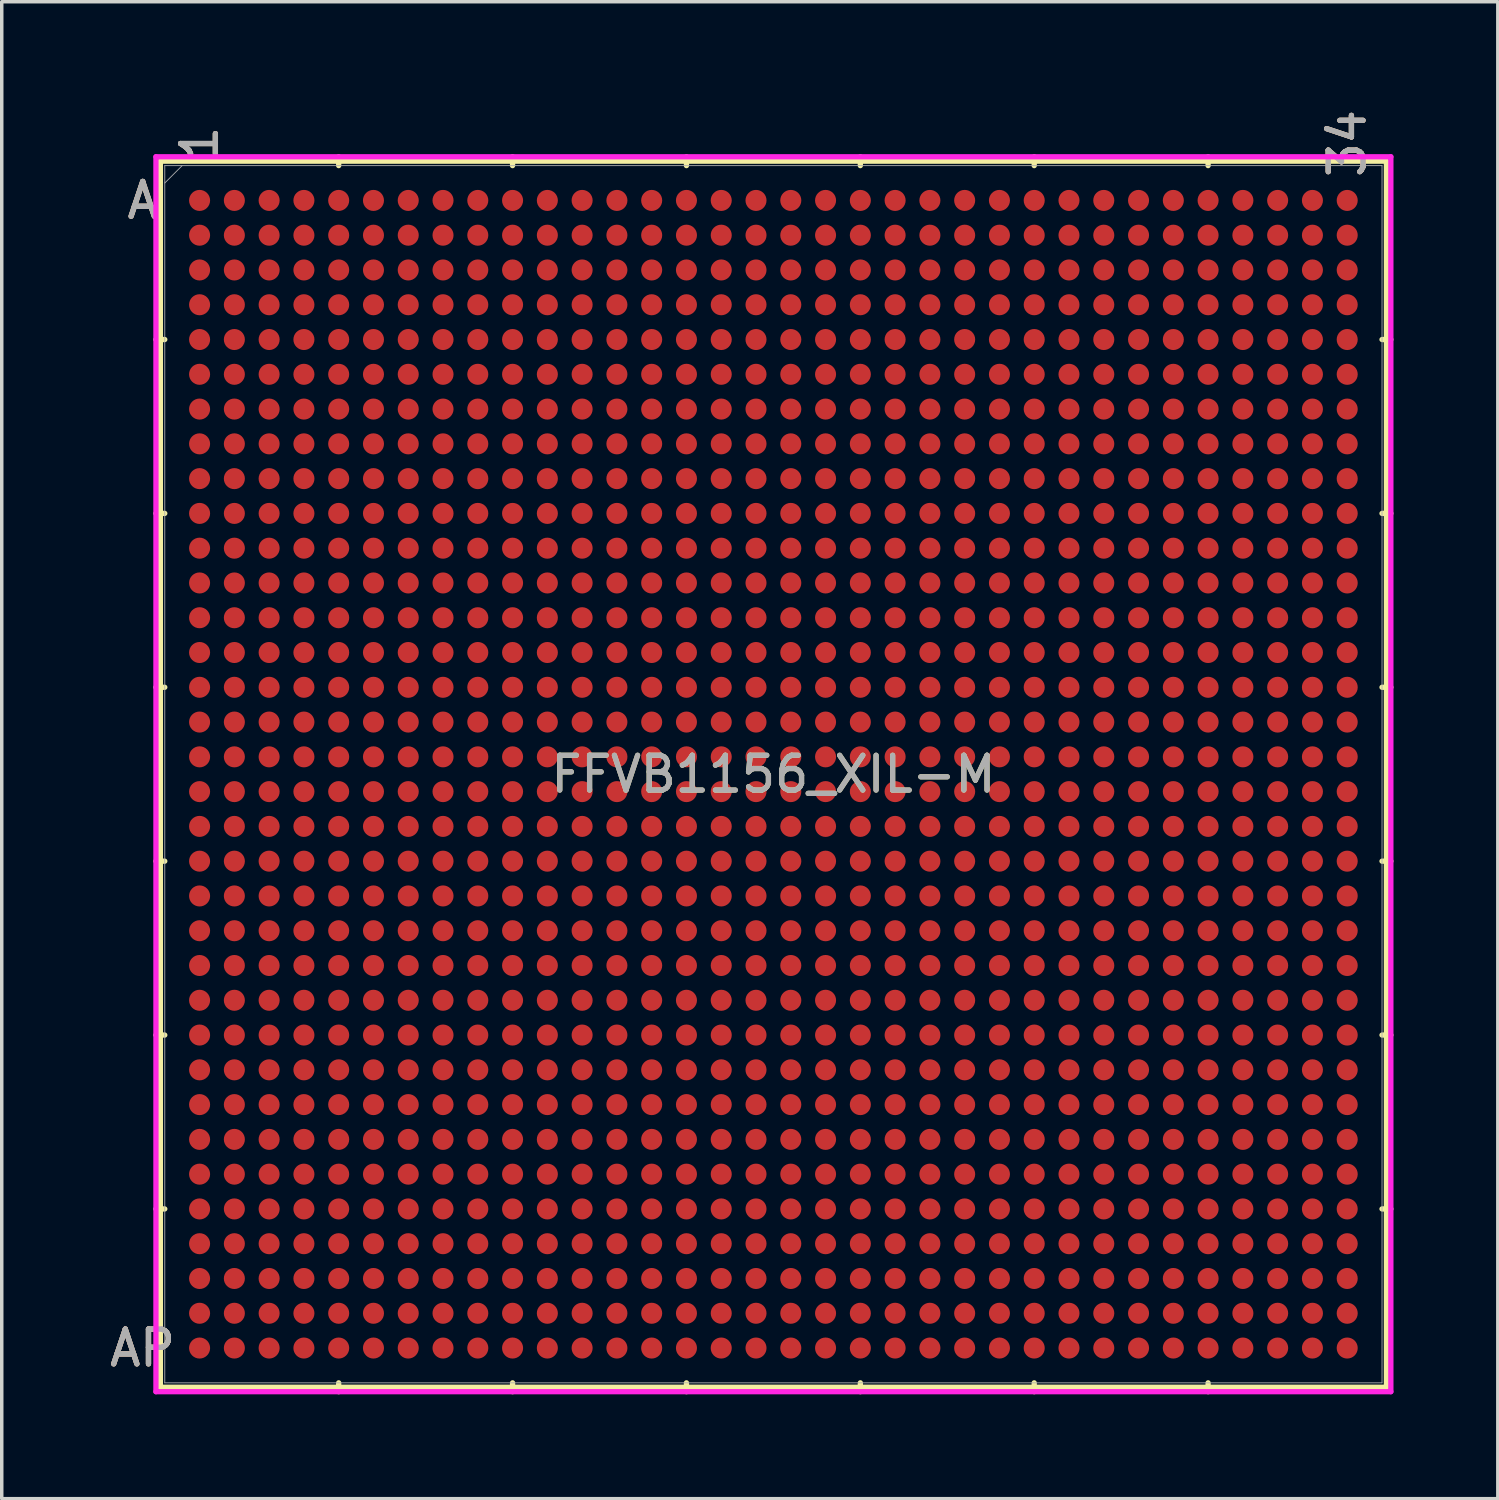
<source format=kicad_pcb>
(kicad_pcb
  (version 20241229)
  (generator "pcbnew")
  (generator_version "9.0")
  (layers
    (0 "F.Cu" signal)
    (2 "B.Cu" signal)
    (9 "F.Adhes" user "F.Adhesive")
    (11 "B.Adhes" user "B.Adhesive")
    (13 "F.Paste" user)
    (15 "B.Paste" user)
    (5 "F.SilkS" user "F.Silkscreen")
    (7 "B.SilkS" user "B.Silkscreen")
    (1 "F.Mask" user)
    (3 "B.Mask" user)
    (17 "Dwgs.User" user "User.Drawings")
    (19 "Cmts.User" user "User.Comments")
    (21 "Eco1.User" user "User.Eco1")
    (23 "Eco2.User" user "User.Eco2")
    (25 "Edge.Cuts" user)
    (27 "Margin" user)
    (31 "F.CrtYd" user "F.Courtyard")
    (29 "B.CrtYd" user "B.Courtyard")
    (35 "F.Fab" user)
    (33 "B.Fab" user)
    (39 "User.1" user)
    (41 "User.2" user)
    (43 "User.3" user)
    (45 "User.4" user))
  (footprint "FFVB1156_XIL-M"
    (layer "F.Cu")
    (at 19.189 19.213)
    (property "Reference" "FFVB1156_XIL-M" (at 0 0 0) (unlocked yes) (layer "F.SilkS") (effects (font (size 1 1) (thickness 0.15))))
    (attr smd)
    (fp_line (start -17.628 -17.628) (end -17.628 17.628) (stroke (width 0.152) (type solid)) (layer "F.SilkS"))
    (fp_line (start -17.628 17.628) (end 17.628 17.628) (stroke (width 0.152) (type solid)) (layer "F.SilkS"))
    (fp_line (start -17.501 -12.5) (end -17.755 -12.5) (stroke (width 0.152) (type solid)) (layer "F.SilkS"))
    (fp_line (start -17.501 -7.5) (end -17.755 -7.5) (stroke (width 0.152) (type solid)) (layer "F.SilkS"))
    (fp_line (start -17.501 -2.5) (end -17.755 -2.5) (stroke (width 0.152) (type solid)) (layer "F.SilkS"))
    (fp_line (start -17.501 2.5) (end -17.755 2.5) (stroke (width 0.152) (type solid)) (layer "F.SilkS"))
    (fp_line (start -17.501 7.5) (end -17.755 7.5) (stroke (width 0.152) (type solid)) (layer "F.SilkS"))
    (fp_line (start -17.501 12.5) (end -17.755 12.5) (stroke (width 0.152) (type solid)) (layer "F.SilkS"))
    (fp_line (start -12.5 -17.501) (end -12.5 -17.755) (stroke (width 0.152) (type solid)) (layer "F.SilkS"))
    (fp_line (start -12.5 17.501) (end -12.5 17.755) (stroke (width 0.152) (type solid)) (layer "F.SilkS"))
    (fp_line (start -7.5 -17.501) (end -7.5 -17.755) (stroke (width 0.152) (type solid)) (layer "F.SilkS"))
    (fp_line (start -7.5 17.501) (end -7.5 17.755) (stroke (width 0.152) (type solid)) (layer "F.SilkS"))
    (fp_line (start -2.5 -17.501) (end -2.5 -17.755) (stroke (width 0.152) (type solid)) (layer "F.SilkS"))
    (fp_line (start -2.5 17.501) (end -2.5 17.755) (stroke (width 0.152) (type solid)) (layer "F.SilkS"))
    (fp_line (start 2.5 -17.501) (end 2.5 -17.755) (stroke (width 0.152) (type solid)) (layer "F.SilkS"))
    (fp_line (start 2.5 17.501) (end 2.5 17.755) (stroke (width 0.152) (type solid)) (layer "F.SilkS"))
    (fp_line (start 7.5 -17.501) (end 7.5 -17.755) (stroke (width 0.152) (type solid)) (layer "F.SilkS"))
    (fp_line (start 7.5 17.501) (end 7.5 17.755) (stroke (width 0.152) (type solid)) (layer "F.SilkS"))
    (fp_line (start 12.5 -17.501) (end 12.5 -17.755) (stroke (width 0.152) (type solid)) (layer "F.SilkS"))
    (fp_line (start 12.5 17.501) (end 12.5 17.755) (stroke (width 0.152) (type solid)) (layer "F.SilkS"))
    (fp_line (start 17.501 -12.5) (end 17.755 -12.5) (stroke (width 0.152) (type solid)) (layer "F.SilkS"))
    (fp_line (start 17.501 -7.5) (end 17.755 -7.5) (stroke (width 0.152) (type solid)) (layer "F.SilkS"))
    (fp_line (start 17.501 -2.5) (end 17.755 -2.5) (stroke (width 0.152) (type solid)) (layer "F.SilkS"))
    (fp_line (start 17.501 2.5) (end 17.755 2.5) (stroke (width 0.152) (type solid)) (layer "F.SilkS"))
    (fp_line (start 17.501 7.5) (end 17.755 7.5) (stroke (width 0.152) (type solid)) (layer "F.SilkS"))
    (fp_line (start 17.501 12.5) (end 17.755 12.5) (stroke (width 0.152) (type solid)) (layer "F.SilkS"))
    (fp_line (start 17.628 -17.628) (end -17.628 -17.628) (stroke (width 0.152) (type solid)) (layer "F.SilkS"))
    (fp_line (start 17.628 17.628) (end 17.628 -17.628) (stroke (width 0.152) (type solid)) (layer "F.SilkS"))
    (fp_poly (pts (xy -17.508 -17.508) (xy 17.508 -17.508) (xy 17.508 17.508) (xy -17.508 17.508)) (stroke (width 0.1) (type solid)) (fill no) (layer "Eco2.User"))
    (fp_line (start -17.755 -17.755) (end 17.755 -17.755) (stroke (width 0.152) (type solid)) (layer "F.CrtYd"))
    (fp_line (start -17.755 17.755) (end -17.755 -17.755) (stroke (width 0.152) (type solid)) (layer "F.CrtYd"))
    (fp_line (start 17.755 -17.755) (end 17.755 17.755) (stroke (width 0.152) (type solid)) (layer "F.CrtYd"))
    (fp_line (start 17.755 17.755) (end -17.755 17.755) (stroke (width 0.152) (type solid)) (layer "F.CrtYd"))
    (fp_line (start -17.501 -17.501) (end -17.501 17.501) (stroke (width 0.025) (type solid)) (layer "F.Fab"))
    (fp_line (start -17.501 17.501) (end 17.501 17.501) (stroke (width 0.025) (type solid)) (layer "F.Fab"))
    (fp_line (start -17.001 -17.501) (end -17.501 -17.001) (stroke (width 0.025) (type solid)) (layer "F.Fab"))
    (fp_line (start 17.501 -17.501) (end -17.501 -17.501) (stroke (width 0.025) (type solid)) (layer "F.Fab"))
    (fp_line (start 17.501 17.501) (end 17.501 -17.501) (stroke (width 0.025) (type solid)) (layer "F.Fab"))
    (fp_text user "1" (at -16.5 -18.136 90) (unlocked yes) (layer "F.SilkS") (effects (font (size 1 1) (thickness 0.15))))
    (fp_text user "34" (at 16.5 -18.136 90) (unlocked yes) (layer "F.SilkS") (effects (font (size 1 1) (thickness 0.15))))
    (fp_text user "A" (at -18.136 -16.5 0) (unlocked yes) (layer "F.SilkS") (effects (font (size 1 1) (thickness 0.15))))
    (fp_text user "AP" (at -18.136 16.5 0) (unlocked yes) (layer "F.SilkS") (effects (font (size 1 1) (thickness 0.15))))
    (fp_text user "1" (at -16.5 -18.136 90) (unlocked yes) (layer "B.SilkS") (effects (font (size 1 1) (thickness 0.15))))
    (fp_text user "AP" (at -18.136 16.5 0) (unlocked yes) (layer "B.SilkS") (effects (font (size 1 1) (thickness 0.15))))
    (fp_text user "34" (at 16.5 -18.136 90) (unlocked yes) (layer "B.SilkS") (effects (font (size 1 1) (thickness 0.15))))
    (fp_text user "A" (at -18.136 -16.5 0) (unlocked yes) (layer "B.SilkS") (effects (font (size 1 1) (thickness 0.15))))
    (fp_text user "AP" (at -18.136 16.5 0) (unlocked yes) (layer "F.Fab") (effects (font (size 1 1) (thickness 0.15))))
    (fp_text user "34" (at 16.5 -18.136 90) (unlocked yes) (layer "F.Fab") (effects (font (size 1 1) (thickness 0.15))))
    (fp_text user "A" (at -18.136 -16.5 0) (unlocked yes) (layer "F.Fab") (effects (font (size 1 1) (thickness 0.15))))
    (fp_text user "1" (at -16.5 -18.136 90) (unlocked yes) (layer "F.Fab") (effects (font (size 1 1) (thickness 0.15))))
    (fp_text user "${REFERENCE}" (at 0 0 0) (unlocked yes) (layer "F.Fab") (effects (font (size 1 1) (thickness 0.15))))
    (pad "A1" smd circle (at -16.5 -16.5) (size 0.605 0.605) (layers "F.Cu" "F.Mask" "F.Paste"))
    (pad "A2" smd circle (at -15.5 -16.5) (size 0.605 0.605) (layers "F.Cu" "F.Mask" "F.Paste"))
    (pad "A3" smd circle (at -14.5 -16.5) (size 0.605 0.605) (layers "F.Cu" "F.Mask" "F.Paste"))
    (pad "A4" smd circle (at -13.5 -16.5) (size 0.605 0.605) (layers "F.Cu" "F.Mask" "F.Paste"))
    (pad "A5" smd circle (at -12.5 -16.5) (size 0.605 0.605) (layers "F.Cu" "F.Mask" "F.Paste"))
    (pad "A6" smd circle (at -11.5 -16.5) (size 0.605 0.605) (layers "F.Cu" "F.Mask" "F.Paste"))
    (pad "A7" smd circle (at -10.5 -16.5) (size 0.605 0.605) (layers "F.Cu" "F.Mask" "F.Paste"))
    (pad "A8" smd circle (at -9.5 -16.5) (size 0.605 0.605) (layers "F.Cu" "F.Mask" "F.Paste"))
    (pad "A9" smd circle (at -8.5 -16.5) (size 0.605 0.605) (layers "F.Cu" "F.Mask" "F.Paste"))
    (pad "A10" smd circle (at -7.5 -16.5) (size 0.605 0.605) (layers "F.Cu" "F.Mask" "F.Paste"))
    (pad "A11" smd circle (at -6.5 -16.5) (size 0.605 0.605) (layers "F.Cu" "F.Mask" "F.Paste"))
    (pad "A12" smd circle (at -5.5 -16.5) (size 0.605 0.605) (layers "F.Cu" "F.Mask" "F.Paste"))
    (pad "A13" smd circle (at -4.5 -16.5) (size 0.605 0.605) (layers "F.Cu" "F.Mask" "F.Paste"))
    (pad "A14" smd circle (at -3.5 -16.5) (size 0.605 0.605) (layers "F.Cu" "F.Mask" "F.Paste"))
    (pad "A15" smd circle (at -2.5 -16.5) (size 0.605 0.605) (layers "F.Cu" "F.Mask" "F.Paste"))
    (pad "A16" smd circle (at -1.5 -16.5) (size 0.605 0.605) (layers "F.Cu" "F.Mask" "F.Paste"))
    (pad "A17" smd circle (at -0.5 -16.5) (size 0.605 0.605) (layers "F.Cu" "F.Mask" "F.Paste"))
    (pad "A18" smd circle (at 0.5 -16.5) (size 0.605 0.605) (layers "F.Cu" "F.Mask" "F.Paste"))
    (pad "A19" smd circle (at 1.5 -16.5) (size 0.605 0.605) (layers "F.Cu" "F.Mask" "F.Paste"))
    (pad "A20" smd circle (at 2.5 -16.5) (size 0.605 0.605) (layers "F.Cu" "F.Mask" "F.Paste"))
    (pad "A21" smd circle (at 3.5 -16.5) (size 0.605 0.605) (layers "F.Cu" "F.Mask" "F.Paste"))
    (pad "A22" smd circle (at 4.5 -16.5) (size 0.605 0.605) (layers "F.Cu" "F.Mask" "F.Paste"))
    (pad "A23" smd circle (at 5.5 -16.5) (size 0.605 0.605) (layers "F.Cu" "F.Mask" "F.Paste"))
    (pad "A24" smd circle (at 6.5 -16.5) (size 0.605 0.605) (layers "F.Cu" "F.Mask" "F.Paste"))
    (pad "A25" smd circle (at 7.5 -16.5) (size 0.605 0.605) (layers "F.Cu" "F.Mask" "F.Paste"))
    (pad "A26" smd circle (at 8.5 -16.5) (size 0.605 0.605) (layers "F.Cu" "F.Mask" "F.Paste"))
    (pad "A27" smd circle (at 9.5 -16.5) (size 0.605 0.605) (layers "F.Cu" "F.Mask" "F.Paste"))
    (pad "A28" smd circle (at 10.5 -16.5) (size 0.605 0.605) (layers "F.Cu" "F.Mask" "F.Paste"))
    (pad "A29" smd circle (at 11.5 -16.5) (size 0.605 0.605) (layers "F.Cu" "F.Mask" "F.Paste"))
    (pad "A30" smd circle (at 12.5 -16.5) (size 0.605 0.605) (layers "F.Cu" "F.Mask" "F.Paste"))
    (pad "A31" smd circle (at 13.5 -16.5) (size 0.605 0.605) (layers "F.Cu" "F.Mask" "F.Paste"))
    (pad "A32" smd circle (at 14.5 -16.5) (size 0.605 0.605) (layers "F.Cu" "F.Mask" "F.Paste"))
    (pad "A33" smd circle (at 15.5 -16.5) (size 0.605 0.605) (layers "F.Cu" "F.Mask" "F.Paste"))
    (pad "A34" smd circle (at 16.5 -16.5) (size 0.605 0.605) (layers "F.Cu" "F.Mask" "F.Paste"))
    (pad "AA1" smd circle (at -16.5 3.5) (size 0.605 0.605) (layers "F.Cu" "F.Mask" "F.Paste"))
    (pad "AA2" smd circle (at -15.5 3.5) (size 0.605 0.605) (layers "F.Cu" "F.Mask" "F.Paste"))
    (pad "AA3" smd circle (at -14.5 3.5) (size 0.605 0.605) (layers "F.Cu" "F.Mask" "F.Paste"))
    (pad "AA4" smd circle (at -13.5 3.5) (size 0.605 0.605) (layers "F.Cu" "F.Mask" "F.Paste"))
    (pad "AA5" smd circle (at -12.5 3.5) (size 0.605 0.605) (layers "F.Cu" "F.Mask" "F.Paste"))
    (pad "AA6" smd circle (at -11.5 3.5) (size 0.605 0.605) (layers "F.Cu" "F.Mask" "F.Paste"))
    (pad "AA7" smd circle (at -10.5 3.5) (size 0.605 0.605) (layers "F.Cu" "F.Mask" "F.Paste"))
    (pad "AA8" smd circle (at -9.5 3.5) (size 0.605 0.605) (layers "F.Cu" "F.Mask" "F.Paste"))
    (pad "AA9" smd circle (at -8.5 3.5) (size 0.605 0.605) (layers "F.Cu" "F.Mask" "F.Paste"))
    (pad "AA10" smd circle (at -7.5 3.5) (size 0.605 0.605) (layers "F.Cu" "F.Mask" "F.Paste"))
    (pad "AA11" smd circle (at -6.5 3.5) (size 0.605 0.605) (layers "F.Cu" "F.Mask" "F.Paste"))
    (pad "AA12" smd circle (at -5.5 3.5) (size 0.605 0.605) (layers "F.Cu" "F.Mask" "F.Paste"))
    (pad "AA13" smd circle (at -4.5 3.5) (size 0.605 0.605) (layers "F.Cu" "F.Mask" "F.Paste"))
    (pad "AA14" smd circle (at -3.5 3.5) (size 0.605 0.605) (layers "F.Cu" "F.Mask" "F.Paste"))
    (pad "AA15" smd circle (at -2.5 3.5) (size 0.605 0.605) (layers "F.Cu" "F.Mask" "F.Paste"))
    (pad "AA16" smd circle (at -1.5 3.5) (size 0.605 0.605) (layers "F.Cu" "F.Mask" "F.Paste"))
    (pad "AA17" smd circle (at -0.5 3.5) (size 0.605 0.605) (layers "F.Cu" "F.Mask" "F.Paste"))
    (pad "AA18" smd circle (at 0.5 3.5) (size 0.605 0.605) (layers "F.Cu" "F.Mask" "F.Paste"))
    (pad "AA19" smd circle (at 1.5 3.5) (size 0.605 0.605) (layers "F.Cu" "F.Mask" "F.Paste"))
    (pad "AA20" smd circle (at 2.5 3.5) (size 0.605 0.605) (layers "F.Cu" "F.Mask" "F.Paste"))
    (pad "AA21" smd circle (at 3.5 3.5) (size 0.605 0.605) (layers "F.Cu" "F.Mask" "F.Paste"))
    (pad "AA22" smd circle (at 4.5 3.5) (size 0.605 0.605) (layers "F.Cu" "F.Mask" "F.Paste"))
    (pad "AA23" smd circle (at 5.5 3.5) (size 0.605 0.605) (layers "F.Cu" "F.Mask" "F.Paste"))
    (pad "AA24" smd circle (at 6.5 3.5) (size 0.605 0.605) (layers "F.Cu" "F.Mask" "F.Paste"))
    (pad "AA25" smd circle (at 7.5 3.5) (size 0.605 0.605) (layers "F.Cu" "F.Mask" "F.Paste"))
    (pad "AA26" smd circle (at 8.5 3.5) (size 0.605 0.605) (layers "F.Cu" "F.Mask" "F.Paste"))
    (pad "AA27" smd circle (at 9.5 3.5) (size 0.605 0.605) (layers "F.Cu" "F.Mask" "F.Paste"))
    (pad "AA28" smd circle (at 10.5 3.5) (size 0.605 0.605) (layers "F.Cu" "F.Mask" "F.Paste"))
    (pad "AA29" smd circle (at 11.5 3.5) (size 0.605 0.605) (layers "F.Cu" "F.Mask" "F.Paste"))
    (pad "AA30" smd circle (at 12.5 3.5) (size 0.605 0.605) (layers "F.Cu" "F.Mask" "F.Paste"))
    (pad "AA31" smd circle (at 13.5 3.5) (size 0.605 0.605) (layers "F.Cu" "F.Mask" "F.Paste"))
    (pad "AA32" smd circle (at 14.5 3.5) (size 0.605 0.605) (layers "F.Cu" "F.Mask" "F.Paste"))
    (pad "AA33" smd circle (at 15.5 3.5) (size 0.605 0.605) (layers "F.Cu" "F.Mask" "F.Paste"))
    (pad "AA34" smd circle (at 16.5 3.5) (size 0.605 0.605) (layers "F.Cu" "F.Mask" "F.Paste"))
    (pad "AB1" smd circle (at -16.5 4.5) (size 0.605 0.605) (layers "F.Cu" "F.Mask" "F.Paste"))
    (pad "AB2" smd circle (at -15.5 4.5) (size 0.605 0.605) (layers "F.Cu" "F.Mask" "F.Paste"))
    (pad "AB3" smd circle (at -14.5 4.5) (size 0.605 0.605) (layers "F.Cu" "F.Mask" "F.Paste"))
    (pad "AB4" smd circle (at -13.5 4.5) (size 0.605 0.605) (layers "F.Cu" "F.Mask" "F.Paste"))
    (pad "AB5" smd circle (at -12.5 4.5) (size 0.605 0.605) (layers "F.Cu" "F.Mask" "F.Paste"))
    (pad "AB6" smd circle (at -11.5 4.5) (size 0.605 0.605) (layers "F.Cu" "F.Mask" "F.Paste"))
    (pad "AB7" smd circle (at -10.5 4.5) (size 0.605 0.605) (layers "F.Cu" "F.Mask" "F.Paste"))
    (pad "AB8" smd circle (at -9.5 4.5) (size 0.605 0.605) (layers "F.Cu" "F.Mask" "F.Paste"))
    (pad "AB9" smd circle (at -8.5 4.5) (size 0.605 0.605) (layers "F.Cu" "F.Mask" "F.Paste"))
    (pad "AB10" smd circle (at -7.5 4.5) (size 0.605 0.605) (layers "F.Cu" "F.Mask" "F.Paste"))
    (pad "AB11" smd circle (at -6.5 4.5) (size 0.605 0.605) (layers "F.Cu" "F.Mask" "F.Paste"))
    (pad "AB12" smd circle (at -5.5 4.5) (size 0.605 0.605) (layers "F.Cu" "F.Mask" "F.Paste"))
    (pad "AB13" smd circle (at -4.5 4.5) (size 0.605 0.605) (layers "F.Cu" "F.Mask" "F.Paste"))
    (pad "AB14" smd circle (at -3.5 4.5) (size 0.605 0.605) (layers "F.Cu" "F.Mask" "F.Paste"))
    (pad "AB15" smd circle (at -2.5 4.5) (size 0.605 0.605) (layers "F.Cu" "F.Mask" "F.Paste"))
    (pad "AB16" smd circle (at -1.5 4.5) (size 0.605 0.605) (layers "F.Cu" "F.Mask" "F.Paste"))
    (pad "AB17" smd circle (at -0.5 4.5) (size 0.605 0.605) (layers "F.Cu" "F.Mask" "F.Paste"))
    (pad "AB18" smd circle (at 0.5 4.5) (size 0.605 0.605) (layers "F.Cu" "F.Mask" "F.Paste"))
    (pad "AB19" smd circle (at 1.5 4.5) (size 0.605 0.605) (layers "F.Cu" "F.Mask" "F.Paste"))
    (pad "AB20" smd circle (at 2.5 4.5) (size 0.605 0.605) (layers "F.Cu" "F.Mask" "F.Paste"))
    (pad "AB21" smd circle (at 3.5 4.5) (size 0.605 0.605) (layers "F.Cu" "F.Mask" "F.Paste"))
    (pad "AB22" smd circle (at 4.5 4.5) (size 0.605 0.605) (layers "F.Cu" "F.Mask" "F.Paste"))
    (pad "AB23" smd circle (at 5.5 4.5) (size 0.605 0.605) (layers "F.Cu" "F.Mask" "F.Paste"))
    (pad "AB24" smd circle (at 6.5 4.5) (size 0.605 0.605) (layers "F.Cu" "F.Mask" "F.Paste"))
    (pad "AB25" smd circle (at 7.5 4.5) (size 0.605 0.605) (layers "F.Cu" "F.Mask" "F.Paste"))
    (pad "AB26" smd circle (at 8.5 4.5) (size 0.605 0.605) (layers "F.Cu" "F.Mask" "F.Paste"))
    (pad "AB27" smd circle (at 9.5 4.5) (size 0.605 0.605) (layers "F.Cu" "F.Mask" "F.Paste"))
    (pad "AB28" smd circle (at 10.5 4.5) (size 0.605 0.605) (layers "F.Cu" "F.Mask" "F.Paste"))
    (pad "AB29" smd circle (at 11.5 4.5) (size 0.605 0.605) (layers "F.Cu" "F.Mask" "F.Paste"))
    (pad "AB30" smd circle (at 12.5 4.5) (size 0.605 0.605) (layers "F.Cu" "F.Mask" "F.Paste"))
    (pad "AB31" smd circle (at 13.5 4.5) (size 0.605 0.605) (layers "F.Cu" "F.Mask" "F.Paste"))
    (pad "AB32" smd circle (at 14.5 4.5) (size 0.605 0.605) (layers "F.Cu" "F.Mask" "F.Paste"))
    (pad "AB33" smd circle (at 15.5 4.5) (size 0.605 0.605) (layers "F.Cu" "F.Mask" "F.Paste"))
    (pad "AB34" smd circle (at 16.5 4.5) (size 0.605 0.605) (layers "F.Cu" "F.Mask" "F.Paste"))
    (pad "AC1" smd circle (at -16.5 5.5) (size 0.605 0.605) (layers "F.Cu" "F.Mask" "F.Paste"))
    (pad "AC2" smd circle (at -15.5 5.5) (size 0.605 0.605) (layers "F.Cu" "F.Mask" "F.Paste"))
    (pad "AC3" smd circle (at -14.5 5.5) (size 0.605 0.605) (layers "F.Cu" "F.Mask" "F.Paste"))
    (pad "AC4" smd circle (at -13.5 5.5) (size 0.605 0.605) (layers "F.Cu" "F.Mask" "F.Paste"))
    (pad "AC5" smd circle (at -12.5 5.5) (size 0.605 0.605) (layers "F.Cu" "F.Mask" "F.Paste"))
    (pad "AC6" smd circle (at -11.5 5.5) (size 0.605 0.605) (layers "F.Cu" "F.Mask" "F.Paste"))
    (pad "AC7" smd circle (at -10.5 5.5) (size 0.605 0.605) (layers "F.Cu" "F.Mask" "F.Paste"))
    (pad "AC8" smd circle (at -9.5 5.5) (size 0.605 0.605) (layers "F.Cu" "F.Mask" "F.Paste"))
    (pad "AC9" smd circle (at -8.5 5.5) (size 0.605 0.605) (layers "F.Cu" "F.Mask" "F.Paste"))
    (pad "AC10" smd circle (at -7.5 5.5) (size 0.605 0.605) (layers "F.Cu" "F.Mask" "F.Paste"))
    (pad "AC11" smd circle (at -6.5 5.5) (size 0.605 0.605) (layers "F.Cu" "F.Mask" "F.Paste"))
    (pad "AC12" smd circle (at -5.5 5.5) (size 0.605 0.605) (layers "F.Cu" "F.Mask" "F.Paste"))
    (pad "AC13" smd circle (at -4.5 5.5) (size 0.605 0.605) (layers "F.Cu" "F.Mask" "F.Paste"))
    (pad "AC14" smd circle (at -3.5 5.5) (size 0.605 0.605) (layers "F.Cu" "F.Mask" "F.Paste"))
    (pad "AC15" smd circle (at -2.5 5.5) (size 0.605 0.605) (layers "F.Cu" "F.Mask" "F.Paste"))
    (pad "AC16" smd circle (at -1.5 5.5) (size 0.605 0.605) (layers "F.Cu" "F.Mask" "F.Paste"))
    (pad "AC17" smd circle (at -0.5 5.5) (size 0.605 0.605) (layers "F.Cu" "F.Mask" "F.Paste"))
    (pad "AC18" smd circle (at 0.5 5.5) (size 0.605 0.605) (layers "F.Cu" "F.Mask" "F.Paste"))
    (pad "AC19" smd circle (at 1.5 5.5) (size 0.605 0.605) (layers "F.Cu" "F.Mask" "F.Paste"))
    (pad "AC20" smd circle (at 2.5 5.5) (size 0.605 0.605) (layers "F.Cu" "F.Mask" "F.Paste"))
    (pad "AC21" smd circle (at 3.5 5.5) (size 0.605 0.605) (layers "F.Cu" "F.Mask" "F.Paste"))
    (pad "AC22" smd circle (at 4.5 5.5) (size 0.605 0.605) (layers "F.Cu" "F.Mask" "F.Paste"))
    (pad "AC23" smd circle (at 5.5 5.5) (size 0.605 0.605) (layers "F.Cu" "F.Mask" "F.Paste"))
    (pad "AC24" smd circle (at 6.5 5.5) (size 0.605 0.605) (layers "F.Cu" "F.Mask" "F.Paste"))
    (pad "AC25" smd circle (at 7.5 5.5) (size 0.605 0.605) (layers "F.Cu" "F.Mask" "F.Paste"))
    (pad "AC26" smd circle (at 8.5 5.5) (size 0.605 0.605) (layers "F.Cu" "F.Mask" "F.Paste"))
    (pad "AC27" smd circle (at 9.5 5.5) (size 0.605 0.605) (layers "F.Cu" "F.Mask" "F.Paste"))
    (pad "AC28" smd circle (at 10.5 5.5) (size 0.605 0.605) (layers "F.Cu" "F.Mask" "F.Paste"))
    (pad "AC29" smd circle (at 11.5 5.5) (size 0.605 0.605) (layers "F.Cu" "F.Mask" "F.Paste"))
    (pad "AC30" smd circle (at 12.5 5.5) (size 0.605 0.605) (layers "F.Cu" "F.Mask" "F.Paste"))
    (pad "AC31" smd circle (at 13.5 5.5) (size 0.605 0.605) (layers "F.Cu" "F.Mask" "F.Paste"))
    (pad "AC32" smd circle (at 14.5 5.5) (size 0.605 0.605) (layers "F.Cu" "F.Mask" "F.Paste"))
    (pad "AC33" smd circle (at 15.5 5.5) (size 0.605 0.605) (layers "F.Cu" "F.Mask" "F.Paste"))
    (pad "AC34" smd circle (at 16.5 5.5) (size 0.605 0.605) (layers "F.Cu" "F.Mask" "F.Paste"))
    (pad "AD1" smd circle (at -16.5 6.5) (size 0.605 0.605) (layers "F.Cu" "F.Mask" "F.Paste"))
    (pad "AD2" smd circle (at -15.5 6.5) (size 0.605 0.605) (layers "F.Cu" "F.Mask" "F.Paste"))
    (pad "AD3" smd circle (at -14.5 6.5) (size 0.605 0.605) (layers "F.Cu" "F.Mask" "F.Paste"))
    (pad "AD4" smd circle (at -13.5 6.5) (size 0.605 0.605) (layers "F.Cu" "F.Mask" "F.Paste"))
    (pad "AD5" smd circle (at -12.5 6.5) (size 0.605 0.605) (layers "F.Cu" "F.Mask" "F.Paste"))
    (pad "AD6" smd circle (at -11.5 6.5) (size 0.605 0.605) (layers "F.Cu" "F.Mask" "F.Paste"))
    (pad "AD7" smd circle (at -10.5 6.5) (size 0.605 0.605) (layers "F.Cu" "F.Mask" "F.Paste"))
    (pad "AD8" smd circle (at -9.5 6.5) (size 0.605 0.605) (layers "F.Cu" "F.Mask" "F.Paste"))
    (pad "AD9" smd circle (at -8.5 6.5) (size 0.605 0.605) (layers "F.Cu" "F.Mask" "F.Paste"))
    (pad "AD10" smd circle (at -7.5 6.5) (size 0.605 0.605) (layers "F.Cu" "F.Mask" "F.Paste"))
    (pad "AD11" smd circle (at -6.5 6.5) (size 0.605 0.605) (layers "F.Cu" "F.Mask" "F.Paste"))
    (pad "AD12" smd circle (at -5.5 6.5) (size 0.605 0.605) (layers "F.Cu" "F.Mask" "F.Paste"))
    (pad "AD13" smd circle (at -4.5 6.5) (size 0.605 0.605) (layers "F.Cu" "F.Mask" "F.Paste"))
    (pad "AD14" smd circle (at -3.5 6.5) (size 0.605 0.605) (layers "F.Cu" "F.Mask" "F.Paste"))
    (pad "AD15" smd circle (at -2.5 6.5) (size 0.605 0.605) (layers "F.Cu" "F.Mask" "F.Paste"))
    (pad "AD16" smd circle (at -1.5 6.5) (size 0.605 0.605) (layers "F.Cu" "F.Mask" "F.Paste"))
    (pad "AD17" smd circle (at -0.5 6.5) (size 0.605 0.605) (layers "F.Cu" "F.Mask" "F.Paste"))
    (pad "AD18" smd circle (at 0.5 6.5) (size 0.605 0.605) (layers "F.Cu" "F.Mask" "F.Paste"))
    (pad "AD19" smd circle (at 1.5 6.5) (size 0.605 0.605) (layers "F.Cu" "F.Mask" "F.Paste"))
    (pad "AD20" smd circle (at 2.5 6.5) (size 0.605 0.605) (layers "F.Cu" "F.Mask" "F.Paste"))
    (pad "AD21" smd circle (at 3.5 6.5) (size 0.605 0.605) (layers "F.Cu" "F.Mask" "F.Paste"))
    (pad "AD22" smd circle (at 4.5 6.5) (size 0.605 0.605) (layers "F.Cu" "F.Mask" "F.Paste"))
    (pad "AD23" smd circle (at 5.5 6.5) (size 0.605 0.605) (layers "F.Cu" "F.Mask" "F.Paste"))
    (pad "AD24" smd circle (at 6.5 6.5) (size 0.605 0.605) (layers "F.Cu" "F.Mask" "F.Paste"))
    (pad "AD25" smd circle (at 7.5 6.5) (size 0.605 0.605) (layers "F.Cu" "F.Mask" "F.Paste"))
    (pad "AD26" smd circle (at 8.5 6.5) (size 0.605 0.605) (layers "F.Cu" "F.Mask" "F.Paste"))
    (pad "AD27" smd circle (at 9.5 6.5) (size 0.605 0.605) (layers "F.Cu" "F.Mask" "F.Paste"))
    (pad "AD28" smd circle (at 10.5 6.5) (size 0.605 0.605) (layers "F.Cu" "F.Mask" "F.Paste"))
    (pad "AD29" smd circle (at 11.5 6.5) (size 0.605 0.605) (layers "F.Cu" "F.Mask" "F.Paste"))
    (pad "AD30" smd circle (at 12.5 6.5) (size 0.605 0.605) (layers "F.Cu" "F.Mask" "F.Paste"))
    (pad "AD31" smd circle (at 13.5 6.5) (size 0.605 0.605) (layers "F.Cu" "F.Mask" "F.Paste"))
    (pad "AD32" smd circle (at 14.5 6.5) (size 0.605 0.605) (layers "F.Cu" "F.Mask" "F.Paste"))
    (pad "AD33" smd circle (at 15.5 6.5) (size 0.605 0.605) (layers "F.Cu" "F.Mask" "F.Paste"))
    (pad "AD34" smd circle (at 16.5 6.5) (size 0.605 0.605) (layers "F.Cu" "F.Mask" "F.Paste"))
    (pad "AE1" smd circle (at -16.5 7.5) (size 0.605 0.605) (layers "F.Cu" "F.Mask" "F.Paste"))
    (pad "AE2" smd circle (at -15.5 7.5) (size 0.605 0.605) (layers "F.Cu" "F.Mask" "F.Paste"))
    (pad "AE3" smd circle (at -14.5 7.5) (size 0.605 0.605) (layers "F.Cu" "F.Mask" "F.Paste"))
    (pad "AE4" smd circle (at -13.5 7.5) (size 0.605 0.605) (layers "F.Cu" "F.Mask" "F.Paste"))
    (pad "AE5" smd circle (at -12.5 7.5) (size 0.605 0.605) (layers "F.Cu" "F.Mask" "F.Paste"))
    (pad "AE6" smd circle (at -11.5 7.5) (size 0.605 0.605) (layers "F.Cu" "F.Mask" "F.Paste"))
    (pad "AE7" smd circle (at -10.5 7.5) (size 0.605 0.605) (layers "F.Cu" "F.Mask" "F.Paste"))
    (pad "AE8" smd circle (at -9.5 7.5) (size 0.605 0.605) (layers "F.Cu" "F.Mask" "F.Paste"))
    (pad "AE9" smd circle (at -8.5 7.5) (size 0.605 0.605) (layers "F.Cu" "F.Mask" "F.Paste"))
    (pad "AE10" smd circle (at -7.5 7.5) (size 0.605 0.605) (layers "F.Cu" "F.Mask" "F.Paste"))
    (pad "AE11" smd circle (at -6.5 7.5) (size 0.605 0.605) (layers "F.Cu" "F.Mask" "F.Paste"))
    (pad "AE12" smd circle (at -5.5 7.5) (size 0.605 0.605) (layers "F.Cu" "F.Mask" "F.Paste"))
    (pad "AE13" smd circle (at -4.5 7.5) (size 0.605 0.605) (layers "F.Cu" "F.Mask" "F.Paste"))
    (pad "AE14" smd circle (at -3.5 7.5) (size 0.605 0.605) (layers "F.Cu" "F.Mask" "F.Paste"))
    (pad "AE15" smd circle (at -2.5 7.5) (size 0.605 0.605) (layers "F.Cu" "F.Mask" "F.Paste"))
    (pad "AE16" smd circle (at -1.5 7.5) (size 0.605 0.605) (layers "F.Cu" "F.Mask" "F.Paste"))
    (pad "AE17" smd circle (at -0.5 7.5) (size 0.605 0.605) (layers "F.Cu" "F.Mask" "F.Paste"))
    (pad "AE18" smd circle (at 0.5 7.5) (size 0.605 0.605) (layers "F.Cu" "F.Mask" "F.Paste"))
    (pad "AE19" smd circle (at 1.5 7.5) (size 0.605 0.605) (layers "F.Cu" "F.Mask" "F.Paste"))
    (pad "AE20" smd circle (at 2.5 7.5) (size 0.605 0.605) (layers "F.Cu" "F.Mask" "F.Paste"))
    (pad "AE21" smd circle (at 3.5 7.5) (size 0.605 0.605) (layers "F.Cu" "F.Mask" "F.Paste"))
    (pad "AE22" smd circle (at 4.5 7.5) (size 0.605 0.605) (layers "F.Cu" "F.Mask" "F.Paste"))
    (pad "AE23" smd circle (at 5.5 7.5) (size 0.605 0.605) (layers "F.Cu" "F.Mask" "F.Paste"))
    (pad "AE24" smd circle (at 6.5 7.5) (size 0.605 0.605) (layers "F.Cu" "F.Mask" "F.Paste"))
    (pad "AE25" smd circle (at 7.5 7.5) (size 0.605 0.605) (layers "F.Cu" "F.Mask" "F.Paste"))
    (pad "AE26" smd circle (at 8.5 7.5) (size 0.605 0.605) (layers "F.Cu" "F.Mask" "F.Paste"))
    (pad "AE27" smd circle (at 9.5 7.5) (size 0.605 0.605) (layers "F.Cu" "F.Mask" "F.Paste"))
    (pad "AE28" smd circle (at 10.5 7.5) (size 0.605 0.605) (layers "F.Cu" "F.Mask" "F.Paste"))
    (pad "AE29" smd circle (at 11.5 7.5) (size 0.605 0.605) (layers "F.Cu" "F.Mask" "F.Paste"))
    (pad "AE30" smd circle (at 12.5 7.5) (size 0.605 0.605) (layers "F.Cu" "F.Mask" "F.Paste"))
    (pad "AE31" smd circle (at 13.5 7.5) (size 0.605 0.605) (layers "F.Cu" "F.Mask" "F.Paste"))
    (pad "AE32" smd circle (at 14.5 7.5) (size 0.605 0.605) (layers "F.Cu" "F.Mask" "F.Paste"))
    (pad "AE33" smd circle (at 15.5 7.5) (size 0.605 0.605) (layers "F.Cu" "F.Mask" "F.Paste"))
    (pad "AE34" smd circle (at 16.5 7.5) (size 0.605 0.605) (layers "F.Cu" "F.Mask" "F.Paste"))
    (pad "AF1" smd circle (at -16.5 8.5) (size 0.605 0.605) (layers "F.Cu" "F.Mask" "F.Paste"))
    (pad "AF2" smd circle (at -15.5 8.5) (size 0.605 0.605) (layers "F.Cu" "F.Mask" "F.Paste"))
    (pad "AF3" smd circle (at -14.5 8.5) (size 0.605 0.605) (layers "F.Cu" "F.Mask" "F.Paste"))
    (pad "AF4" smd circle (at -13.5 8.5) (size 0.605 0.605) (layers "F.Cu" "F.Mask" "F.Paste"))
    (pad "AF5" smd circle (at -12.5 8.5) (size 0.605 0.605) (layers "F.Cu" "F.Mask" "F.Paste"))
    (pad "AF6" smd circle (at -11.5 8.5) (size 0.605 0.605) (layers "F.Cu" "F.Mask" "F.Paste"))
    (pad "AF7" smd circle (at -10.5 8.5) (size 0.605 0.605) (layers "F.Cu" "F.Mask" "F.Paste"))
    (pad "AF8" smd circle (at -9.5 8.5) (size 0.605 0.605) (layers "F.Cu" "F.Mask" "F.Paste"))
    (pad "AF9" smd circle (at -8.5 8.5) (size 0.605 0.605) (layers "F.Cu" "F.Mask" "F.Paste"))
    (pad "AF10" smd circle (at -7.5 8.5) (size 0.605 0.605) (layers "F.Cu" "F.Mask" "F.Paste"))
    (pad "AF11" smd circle (at -6.5 8.5) (size 0.605 0.605) (layers "F.Cu" "F.Mask" "F.Paste"))
    (pad "AF12" smd circle (at -5.5 8.5) (size 0.605 0.605) (layers "F.Cu" "F.Mask" "F.Paste"))
    (pad "AF13" smd circle (at -4.5 8.5) (size 0.605 0.605) (layers "F.Cu" "F.Mask" "F.Paste"))
    (pad "AF14" smd circle (at -3.5 8.5) (size 0.605 0.605) (layers "F.Cu" "F.Mask" "F.Paste"))
    (pad "AF15" smd circle (at -2.5 8.5) (size 0.605 0.605) (layers "F.Cu" "F.Mask" "F.Paste"))
    (pad "AF16" smd circle (at -1.5 8.5) (size 0.605 0.605) (layers "F.Cu" "F.Mask" "F.Paste"))
    (pad "AF17" smd circle (at -0.5 8.5) (size 0.605 0.605) (layers "F.Cu" "F.Mask" "F.Paste"))
    (pad "AF18" smd circle (at 0.5 8.5) (size 0.605 0.605) (layers "F.Cu" "F.Mask" "F.Paste"))
    (pad "AF19" smd circle (at 1.5 8.5) (size 0.605 0.605) (layers "F.Cu" "F.Mask" "F.Paste"))
    (pad "AF20" smd circle (at 2.5 8.5) (size 0.605 0.605) (layers "F.Cu" "F.Mask" "F.Paste"))
    (pad "AF21" smd circle (at 3.5 8.5) (size 0.605 0.605) (layers "F.Cu" "F.Mask" "F.Paste"))
    (pad "AF22" smd circle (at 4.5 8.5) (size 0.605 0.605) (layers "F.Cu" "F.Mask" "F.Paste"))
    (pad "AF23" smd circle (at 5.5 8.5) (size 0.605 0.605) (layers "F.Cu" "F.Mask" "F.Paste"))
    (pad "AF24" smd circle (at 6.5 8.5) (size 0.605 0.605) (layers "F.Cu" "F.Mask" "F.Paste"))
    (pad "AF25" smd circle (at 7.5 8.5) (size 0.605 0.605) (layers "F.Cu" "F.Mask" "F.Paste"))
    (pad "AF26" smd circle (at 8.5 8.5) (size 0.605 0.605) (layers "F.Cu" "F.Mask" "F.Paste"))
    (pad "AF27" smd circle (at 9.5 8.5) (size 0.605 0.605) (layers "F.Cu" "F.Mask" "F.Paste"))
    (pad "AF28" smd circle (at 10.5 8.5) (size 0.605 0.605) (layers "F.Cu" "F.Mask" "F.Paste"))
    (pad "AF29" smd circle (at 11.5 8.5) (size 0.605 0.605) (layers "F.Cu" "F.Mask" "F.Paste"))
    (pad "AF30" smd circle (at 12.5 8.5) (size 0.605 0.605) (layers "F.Cu" "F.Mask" "F.Paste"))
    (pad "AF31" smd circle (at 13.5 8.5) (size 0.605 0.605) (layers "F.Cu" "F.Mask" "F.Paste"))
    (pad "AF32" smd circle (at 14.5 8.5) (size 0.605 0.605) (layers "F.Cu" "F.Mask" "F.Paste"))
    (pad "AF33" smd circle (at 15.5 8.5) (size 0.605 0.605) (layers "F.Cu" "F.Mask" "F.Paste"))
    (pad "AF34" smd circle (at 16.5 8.5) (size 0.605 0.605) (layers "F.Cu" "F.Mask" "F.Paste"))
    (pad "AG1" smd circle (at -16.5 9.5) (size 0.605 0.605) (layers "F.Cu" "F.Mask" "F.Paste"))
    (pad "AG2" smd circle (at -15.5 9.5) (size 0.605 0.605) (layers "F.Cu" "F.Mask" "F.Paste"))
    (pad "AG3" smd circle (at -14.5 9.5) (size 0.605 0.605) (layers "F.Cu" "F.Mask" "F.Paste"))
    (pad "AG4" smd circle (at -13.5 9.5) (size 0.605 0.605) (layers "F.Cu" "F.Mask" "F.Paste"))
    (pad "AG5" smd circle (at -12.5 9.5) (size 0.605 0.605) (layers "F.Cu" "F.Mask" "F.Paste"))
    (pad "AG6" smd circle (at -11.5 9.5) (size 0.605 0.605) (layers "F.Cu" "F.Mask" "F.Paste"))
    (pad "AG7" smd circle (at -10.5 9.5) (size 0.605 0.605) (layers "F.Cu" "F.Mask" "F.Paste"))
    (pad "AG8" smd circle (at -9.5 9.5) (size 0.605 0.605) (layers "F.Cu" "F.Mask" "F.Paste"))
    (pad "AG9" smd circle (at -8.5 9.5) (size 0.605 0.605) (layers "F.Cu" "F.Mask" "F.Paste"))
    (pad "AG10" smd circle (at -7.5 9.5) (size 0.605 0.605) (layers "F.Cu" "F.Mask" "F.Paste"))
    (pad "AG11" smd circle (at -6.5 9.5) (size 0.605 0.605) (layers "F.Cu" "F.Mask" "F.Paste"))
    (pad "AG12" smd circle (at -5.5 9.5) (size 0.605 0.605) (layers "F.Cu" "F.Mask" "F.Paste"))
    (pad "AG13" smd circle (at -4.5 9.5) (size 0.605 0.605) (layers "F.Cu" "F.Mask" "F.Paste"))
    (pad "AG14" smd circle (at -3.5 9.5) (size 0.605 0.605) (layers "F.Cu" "F.Mask" "F.Paste"))
    (pad "AG15" smd circle (at -2.5 9.5) (size 0.605 0.605) (layers "F.Cu" "F.Mask" "F.Paste"))
    (pad "AG16" smd circle (at -1.5 9.5) (size 0.605 0.605) (layers "F.Cu" "F.Mask" "F.Paste"))
    (pad "AG17" smd circle (at -0.5 9.5) (size 0.605 0.605) (layers "F.Cu" "F.Mask" "F.Paste"))
    (pad "AG18" smd circle (at 0.5 9.5) (size 0.605 0.605) (layers "F.Cu" "F.Mask" "F.Paste"))
    (pad "AG19" smd circle (at 1.5 9.5) (size 0.605 0.605) (layers "F.Cu" "F.Mask" "F.Paste"))
    (pad "AG20" smd circle (at 2.5 9.5) (size 0.605 0.605) (layers "F.Cu" "F.Mask" "F.Paste"))
    (pad "AG21" smd circle (at 3.5 9.5) (size 0.605 0.605) (layers "F.Cu" "F.Mask" "F.Paste"))
    (pad "AG22" smd circle (at 4.5 9.5) (size 0.605 0.605) (layers "F.Cu" "F.Mask" "F.Paste"))
    (pad "AG23" smd circle (at 5.5 9.5) (size 0.605 0.605) (layers "F.Cu" "F.Mask" "F.Paste"))
    (pad "AG24" smd circle (at 6.5 9.5) (size 0.605 0.605) (layers "F.Cu" "F.Mask" "F.Paste"))
    (pad "AG25" smd circle (at 7.5 9.5) (size 0.605 0.605) (layers "F.Cu" "F.Mask" "F.Paste"))
    (pad "AG26" smd circle (at 8.5 9.5) (size 0.605 0.605) (layers "F.Cu" "F.Mask" "F.Paste"))
    (pad "AG27" smd circle (at 9.5 9.5) (size 0.605 0.605) (layers "F.Cu" "F.Mask" "F.Paste"))
    (pad "AG28" smd circle (at 10.5 9.5) (size 0.605 0.605) (layers "F.Cu" "F.Mask" "F.Paste"))
    (pad "AG29" smd circle (at 11.5 9.5) (size 0.605 0.605) (layers "F.Cu" "F.Mask" "F.Paste"))
    (pad "AG30" smd circle (at 12.5 9.5) (size 0.605 0.605) (layers "F.Cu" "F.Mask" "F.Paste"))
    (pad "AG31" smd circle (at 13.5 9.5) (size 0.605 0.605) (layers "F.Cu" "F.Mask" "F.Paste"))
    (pad "AG32" smd circle (at 14.5 9.5) (size 0.605 0.605) (layers "F.Cu" "F.Mask" "F.Paste"))
    (pad "AG33" smd circle (at 15.5 9.5) (size 0.605 0.605) (layers "F.Cu" "F.Mask" "F.Paste"))
    (pad "AG34" smd circle (at 16.5 9.5) (size 0.605 0.605) (layers "F.Cu" "F.Mask" "F.Paste"))
    (pad "AH1" smd circle (at -16.5 10.5) (size 0.605 0.605) (layers "F.Cu" "F.Mask" "F.Paste"))
    (pad "AH2" smd circle (at -15.5 10.5) (size 0.605 0.605) (layers "F.Cu" "F.Mask" "F.Paste"))
    (pad "AH3" smd circle (at -14.5 10.5) (size 0.605 0.605) (layers "F.Cu" "F.Mask" "F.Paste"))
    (pad "AH4" smd circle (at -13.5 10.5) (size 0.605 0.605) (layers "F.Cu" "F.Mask" "F.Paste"))
    (pad "AH5" smd circle (at -12.5 10.5) (size 0.605 0.605) (layers "F.Cu" "F.Mask" "F.Paste"))
    (pad "AH6" smd circle (at -11.5 10.5) (size 0.605 0.605) (layers "F.Cu" "F.Mask" "F.Paste"))
    (pad "AH7" smd circle (at -10.5 10.5) (size 0.605 0.605) (layers "F.Cu" "F.Mask" "F.Paste"))
    (pad "AH8" smd circle (at -9.5 10.5) (size 0.605 0.605) (layers "F.Cu" "F.Mask" "F.Paste"))
    (pad "AH9" smd circle (at -8.5 10.5) (size 0.605 0.605) (layers "F.Cu" "F.Mask" "F.Paste"))
    (pad "AH10" smd circle (at -7.5 10.5) (size 0.605 0.605) (layers "F.Cu" "F.Mask" "F.Paste"))
    (pad "AH11" smd circle (at -6.5 10.5) (size 0.605 0.605) (layers "F.Cu" "F.Mask" "F.Paste"))
    (pad "AH12" smd circle (at -5.5 10.5) (size 0.605 0.605) (layers "F.Cu" "F.Mask" "F.Paste"))
    (pad "AH13" smd circle (at -4.5 10.5) (size 0.605 0.605) (layers "F.Cu" "F.Mask" "F.Paste"))
    (pad "AH14" smd circle (at -3.5 10.5) (size 0.605 0.605) (layers "F.Cu" "F.Mask" "F.Paste"))
    (pad "AH15" smd circle (at -2.5 10.5) (size 0.605 0.605) (layers "F.Cu" "F.Mask" "F.Paste"))
    (pad "AH16" smd circle (at -1.5 10.5) (size 0.605 0.605) (layers "F.Cu" "F.Mask" "F.Paste"))
    (pad "AH17" smd circle (at -0.5 10.5) (size 0.605 0.605) (layers "F.Cu" "F.Mask" "F.Paste"))
    (pad "AH18" smd circle (at 0.5 10.5) (size 0.605 0.605) (layers "F.Cu" "F.Mask" "F.Paste"))
    (pad "AH19" smd circle (at 1.5 10.5) (size 0.605 0.605) (layers "F.Cu" "F.Mask" "F.Paste"))
    (pad "AH20" smd circle (at 2.5 10.5) (size 0.605 0.605) (layers "F.Cu" "F.Mask" "F.Paste"))
    (pad "AH21" smd circle (at 3.5 10.5) (size 0.605 0.605) (layers "F.Cu" "F.Mask" "F.Paste"))
    (pad "AH22" smd circle (at 4.5 10.5) (size 0.605 0.605) (layers "F.Cu" "F.Mask" "F.Paste"))
    (pad "AH23" smd circle (at 5.5 10.5) (size 0.605 0.605) (layers "F.Cu" "F.Mask" "F.Paste"))
    (pad "AH24" smd circle (at 6.5 10.5) (size 0.605 0.605) (layers "F.Cu" "F.Mask" "F.Paste"))
    (pad "AH25" smd circle (at 7.5 10.5) (size 0.605 0.605) (layers "F.Cu" "F.Mask" "F.Paste"))
    (pad "AH26" smd circle (at 8.5 10.5) (size 0.605 0.605) (layers "F.Cu" "F.Mask" "F.Paste"))
    (pad "AH27" smd circle (at 9.5 10.5) (size 0.605 0.605) (layers "F.Cu" "F.Mask" "F.Paste"))
    (pad "AH28" smd circle (at 10.5 10.5) (size 0.605 0.605) (layers "F.Cu" "F.Mask" "F.Paste"))
    (pad "AH29" smd circle (at 11.5 10.5) (size 0.605 0.605) (layers "F.Cu" "F.Mask" "F.Paste"))
    (pad "AH30" smd circle (at 12.5 10.5) (size 0.605 0.605) (layers "F.Cu" "F.Mask" "F.Paste"))
    (pad "AH31" smd circle (at 13.5 10.5) (size 0.605 0.605) (layers "F.Cu" "F.Mask" "F.Paste"))
    (pad "AH32" smd circle (at 14.5 10.5) (size 0.605 0.605) (layers "F.Cu" "F.Mask" "F.Paste"))
    (pad "AH33" smd circle (at 15.5 10.5) (size 0.605 0.605) (layers "F.Cu" "F.Mask" "F.Paste"))
    (pad "AH34" smd circle (at 16.5 10.5) (size 0.605 0.605) (layers "F.Cu" "F.Mask" "F.Paste"))
    (pad "AJ1" smd circle (at -16.5 11.5) (size 0.605 0.605) (layers "F.Cu" "F.Mask" "F.Paste"))
    (pad "AJ2" smd circle (at -15.5 11.5) (size 0.605 0.605) (layers "F.Cu" "F.Mask" "F.Paste"))
    (pad "AJ3" smd circle (at -14.5 11.5) (size 0.605 0.605) (layers "F.Cu" "F.Mask" "F.Paste"))
    (pad "AJ4" smd circle (at -13.5 11.5) (size 0.605 0.605) (layers "F.Cu" "F.Mask" "F.Paste"))
    (pad "AJ5" smd circle (at -12.5 11.5) (size 0.605 0.605) (layers "F.Cu" "F.Mask" "F.Paste"))
    (pad "AJ6" smd circle (at -11.5 11.5) (size 0.605 0.605) (layers "F.Cu" "F.Mask" "F.Paste"))
    (pad "AJ7" smd circle (at -10.5 11.5) (size 0.605 0.605) (layers "F.Cu" "F.Mask" "F.Paste"))
    (pad "AJ8" smd circle (at -9.5 11.5) (size 0.605 0.605) (layers "F.Cu" "F.Mask" "F.Paste"))
    (pad "AJ9" smd circle (at -8.5 11.5) (size 0.605 0.605) (layers "F.Cu" "F.Mask" "F.Paste"))
    (pad "AJ10" smd circle (at -7.5 11.5) (size 0.605 0.605) (layers "F.Cu" "F.Mask" "F.Paste"))
    (pad "AJ11" smd circle (at -6.5 11.5) (size 0.605 0.605) (layers "F.Cu" "F.Mask" "F.Paste"))
    (pad "AJ12" smd circle (at -5.5 11.5) (size 0.605 0.605) (layers "F.Cu" "F.Mask" "F.Paste"))
    (pad "AJ13" smd circle (at -4.5 11.5) (size 0.605 0.605) (layers "F.Cu" "F.Mask" "F.Paste"))
    (pad "AJ14" smd circle (at -3.5 11.5) (size 0.605 0.605) (layers "F.Cu" "F.Mask" "F.Paste"))
    (pad "AJ15" smd circle (at -2.5 11.5) (size 0.605 0.605) (layers "F.Cu" "F.Mask" "F.Paste"))
    (pad "AJ16" smd circle (at -1.5 11.5) (size 0.605 0.605) (layers "F.Cu" "F.Mask" "F.Paste"))
    (pad "AJ17" smd circle (at -0.5 11.5) (size 0.605 0.605) (layers "F.Cu" "F.Mask" "F.Paste"))
    (pad "AJ18" smd circle (at 0.5 11.5) (size 0.605 0.605) (layers "F.Cu" "F.Mask" "F.Paste"))
    (pad "AJ19" smd circle (at 1.5 11.5) (size 0.605 0.605) (layers "F.Cu" "F.Mask" "F.Paste"))
    (pad "AJ20" smd circle (at 2.5 11.5) (size 0.605 0.605) (layers "F.Cu" "F.Mask" "F.Paste"))
    (pad "AJ21" smd circle (at 3.5 11.5) (size 0.605 0.605) (layers "F.Cu" "F.Mask" "F.Paste"))
    (pad "AJ22" smd circle (at 4.5 11.5) (size 0.605 0.605) (layers "F.Cu" "F.Mask" "F.Paste"))
    (pad "AJ23" smd circle (at 5.5 11.5) (size 0.605 0.605) (layers "F.Cu" "F.Mask" "F.Paste"))
    (pad "AJ24" smd circle (at 6.5 11.5) (size 0.605 0.605) (layers "F.Cu" "F.Mask" "F.Paste"))
    (pad "AJ25" smd circle (at 7.5 11.5) (size 0.605 0.605) (layers "F.Cu" "F.Mask" "F.Paste"))
    (pad "AJ26" smd circle (at 8.5 11.5) (size 0.605 0.605) (layers "F.Cu" "F.Mask" "F.Paste"))
    (pad "AJ27" smd circle (at 9.5 11.5) (size 0.605 0.605) (layers "F.Cu" "F.Mask" "F.Paste"))
    (pad "AJ28" smd circle (at 10.5 11.5) (size 0.605 0.605) (layers "F.Cu" "F.Mask" "F.Paste"))
    (pad "AJ29" smd circle (at 11.5 11.5) (size 0.605 0.605) (layers "F.Cu" "F.Mask" "F.Paste"))
    (pad "AJ30" smd circle (at 12.5 11.5) (size 0.605 0.605) (layers "F.Cu" "F.Mask" "F.Paste"))
    (pad "AJ31" smd circle (at 13.5 11.5) (size 0.605 0.605) (layers "F.Cu" "F.Mask" "F.Paste"))
    (pad "AJ32" smd circle (at 14.5 11.5) (size 0.605 0.605) (layers "F.Cu" "F.Mask" "F.Paste"))
    (pad "AJ33" smd circle (at 15.5 11.5) (size 0.605 0.605) (layers "F.Cu" "F.Mask" "F.Paste"))
    (pad "AJ34" smd circle (at 16.5 11.5) (size 0.605 0.605) (layers "F.Cu" "F.Mask" "F.Paste"))
    (pad "AK1" smd circle (at -16.5 12.5) (size 0.605 0.605) (layers "F.Cu" "F.Mask" "F.Paste"))
    (pad "AK2" smd circle (at -15.5 12.5) (size 0.605 0.605) (layers "F.Cu" "F.Mask" "F.Paste"))
    (pad "AK3" smd circle (at -14.5 12.5) (size 0.605 0.605) (layers "F.Cu" "F.Mask" "F.Paste"))
    (pad "AK4" smd circle (at -13.5 12.5) (size 0.605 0.605) (layers "F.Cu" "F.Mask" "F.Paste"))
    (pad "AK5" smd circle (at -12.5 12.5) (size 0.605 0.605) (layers "F.Cu" "F.Mask" "F.Paste"))
    (pad "AK6" smd circle (at -11.5 12.5) (size 0.605 0.605) (layers "F.Cu" "F.Mask" "F.Paste"))
    (pad "AK7" smd circle (at -10.5 12.5) (size 0.605 0.605) (layers "F.Cu" "F.Mask" "F.Paste"))
    (pad "AK8" smd circle (at -9.5 12.5) (size 0.605 0.605) (layers "F.Cu" "F.Mask" "F.Paste"))
    (pad "AK9" smd circle (at -8.5 12.5) (size 0.605 0.605) (layers "F.Cu" "F.Mask" "F.Paste"))
    (pad "AK10" smd circle (at -7.5 12.5) (size 0.605 0.605) (layers "F.Cu" "F.Mask" "F.Paste"))
    (pad "AK11" smd circle (at -6.5 12.5) (size 0.605 0.605) (layers "F.Cu" "F.Mask" "F.Paste"))
    (pad "AK12" smd circle (at -5.5 12.5) (size 0.605 0.605) (layers "F.Cu" "F.Mask" "F.Paste"))
    (pad "AK13" smd circle (at -4.5 12.5) (size 0.605 0.605) (layers "F.Cu" "F.Mask" "F.Paste"))
    (pad "AK14" smd circle (at -3.5 12.5) (size 0.605 0.605) (layers "F.Cu" "F.Mask" "F.Paste"))
    (pad "AK15" smd circle (at -2.5 12.5) (size 0.605 0.605) (layers "F.Cu" "F.Mask" "F.Paste"))
    (pad "AK16" smd circle (at -1.5 12.5) (size 0.605 0.605) (layers "F.Cu" "F.Mask" "F.Paste"))
    (pad "AK17" smd circle (at -0.5 12.5) (size 0.605 0.605) (layers "F.Cu" "F.Mask" "F.Paste"))
    (pad "AK18" smd circle (at 0.5 12.5) (size 0.605 0.605) (layers "F.Cu" "F.Mask" "F.Paste"))
    (pad "AK19" smd circle (at 1.5 12.5) (size 0.605 0.605) (layers "F.Cu" "F.Mask" "F.Paste"))
    (pad "AK20" smd circle (at 2.5 12.5) (size 0.605 0.605) (layers "F.Cu" "F.Mask" "F.Paste"))
    (pad "AK21" smd circle (at 3.5 12.5) (size 0.605 0.605) (layers "F.Cu" "F.Mask" "F.Paste"))
    (pad "AK22" smd circle (at 4.5 12.5) (size 0.605 0.605) (layers "F.Cu" "F.Mask" "F.Paste"))
    (pad "AK23" smd circle (at 5.5 12.5) (size 0.605 0.605) (layers "F.Cu" "F.Mask" "F.Paste"))
    (pad "AK24" smd circle (at 6.5 12.5) (size 0.605 0.605) (layers "F.Cu" "F.Mask" "F.Paste"))
    (pad "AK25" smd circle (at 7.5 12.5) (size 0.605 0.605) (layers "F.Cu" "F.Mask" "F.Paste"))
    (pad "AK26" smd circle (at 8.5 12.5) (size 0.605 0.605) (layers "F.Cu" "F.Mask" "F.Paste"))
    (pad "AK27" smd circle (at 9.5 12.5) (size 0.605 0.605) (layers "F.Cu" "F.Mask" "F.Paste"))
    (pad "AK28" smd circle (at 10.5 12.5) (size 0.605 0.605) (layers "F.Cu" "F.Mask" "F.Paste"))
    (pad "AK29" smd circle (at 11.5 12.5) (size 0.605 0.605) (layers "F.Cu" "F.Mask" "F.Paste"))
    (pad "AK30" smd circle (at 12.5 12.5) (size 0.605 0.605) (layers "F.Cu" "F.Mask" "F.Paste"))
    (pad "AK31" smd circle (at 13.5 12.5) (size 0.605 0.605) (layers "F.Cu" "F.Mask" "F.Paste"))
    (pad "AK32" smd circle (at 14.5 12.5) (size 0.605 0.605) (layers "F.Cu" "F.Mask" "F.Paste"))
    (pad "AK33" smd circle (at 15.5 12.5) (size 0.605 0.605) (layers "F.Cu" "F.Mask" "F.Paste"))
    (pad "AK34" smd circle (at 16.5 12.5) (size 0.605 0.605) (layers "F.Cu" "F.Mask" "F.Paste"))
    (pad "AL1" smd circle (at -16.5 13.5) (size 0.605 0.605) (layers "F.Cu" "F.Mask" "F.Paste"))
    (pad "AL2" smd circle (at -15.5 13.5) (size 0.605 0.605) (layers "F.Cu" "F.Mask" "F.Paste"))
    (pad "AL3" smd circle (at -14.5 13.5) (size 0.605 0.605) (layers "F.Cu" "F.Mask" "F.Paste"))
    (pad "AL4" smd circle (at -13.5 13.5) (size 0.605 0.605) (layers "F.Cu" "F.Mask" "F.Paste"))
    (pad "AL5" smd circle (at -12.5 13.5) (size 0.605 0.605) (layers "F.Cu" "F.Mask" "F.Paste"))
    (pad "AL6" smd circle (at -11.5 13.5) (size 0.605 0.605) (layers "F.Cu" "F.Mask" "F.Paste"))
    (pad "AL7" smd circle (at -10.5 13.5) (size 0.605 0.605) (layers "F.Cu" "F.Mask" "F.Paste"))
    (pad "AL8" smd circle (at -9.5 13.5) (size 0.605 0.605) (layers "F.Cu" "F.Mask" "F.Paste"))
    (pad "AL9" smd circle (at -8.5 13.5) (size 0.605 0.605) (layers "F.Cu" "F.Mask" "F.Paste"))
    (pad "AL10" smd circle (at -7.5 13.5) (size 0.605 0.605) (layers "F.Cu" "F.Mask" "F.Paste"))
    (pad "AL11" smd circle (at -6.5 13.5) (size 0.605 0.605) (layers "F.Cu" "F.Mask" "F.Paste"))
    (pad "AL12" smd circle (at -5.5 13.5) (size 0.605 0.605) (layers "F.Cu" "F.Mask" "F.Paste"))
    (pad "AL13" smd circle (at -4.5 13.5) (size 0.605 0.605) (layers "F.Cu" "F.Mask" "F.Paste"))
    (pad "AL14" smd circle (at -3.5 13.5) (size 0.605 0.605) (layers "F.Cu" "F.Mask" "F.Paste"))
    (pad "AL15" smd circle (at -2.5 13.5) (size 0.605 0.605) (layers "F.Cu" "F.Mask" "F.Paste"))
    (pad "AL16" smd circle (at -1.5 13.5) (size 0.605 0.605) (layers "F.Cu" "F.Mask" "F.Paste"))
    (pad "AL17" smd circle (at -0.5 13.5) (size 0.605 0.605) (layers "F.Cu" "F.Mask" "F.Paste"))
    (pad "AL18" smd circle (at 0.5 13.5) (size 0.605 0.605) (layers "F.Cu" "F.Mask" "F.Paste"))
    (pad "AL19" smd circle (at 1.5 13.5) (size 0.605 0.605) (layers "F.Cu" "F.Mask" "F.Paste"))
    (pad "AL20" smd circle (at 2.5 13.5) (size 0.605 0.605) (layers "F.Cu" "F.Mask" "F.Paste"))
    (pad "AL21" smd circle (at 3.5 13.5) (size 0.605 0.605) (layers "F.Cu" "F.Mask" "F.Paste"))
    (pad "AL22" smd circle (at 4.5 13.5) (size 0.605 0.605) (layers "F.Cu" "F.Mask" "F.Paste"))
    (pad "AL23" smd circle (at 5.5 13.5) (size 0.605 0.605) (layers "F.Cu" "F.Mask" "F.Paste"))
    (pad "AL24" smd circle (at 6.5 13.5) (size 0.605 0.605) (layers "F.Cu" "F.Mask" "F.Paste"))
    (pad "AL25" smd circle (at 7.5 13.5) (size 0.605 0.605) (layers "F.Cu" "F.Mask" "F.Paste"))
    (pad "AL26" smd circle (at 8.5 13.5) (size 0.605 0.605) (layers "F.Cu" "F.Mask" "F.Paste"))
    (pad "AL27" smd circle (at 9.5 13.5) (size 0.605 0.605) (layers "F.Cu" "F.Mask" "F.Paste"))
    (pad "AL28" smd circle (at 10.5 13.5) (size 0.605 0.605) (layers "F.Cu" "F.Mask" "F.Paste"))
    (pad "AL29" smd circle (at 11.5 13.5) (size 0.605 0.605) (layers "F.Cu" "F.Mask" "F.Paste"))
    (pad "AL30" smd circle (at 12.5 13.5) (size 0.605 0.605) (layers "F.Cu" "F.Mask" "F.Paste"))
    (pad "AL31" smd circle (at 13.5 13.5) (size 0.605 0.605) (layers "F.Cu" "F.Mask" "F.Paste"))
    (pad "AL32" smd circle (at 14.5 13.5) (size 0.605 0.605) (layers "F.Cu" "F.Mask" "F.Paste"))
    (pad "AL33" smd circle (at 15.5 13.5) (size 0.605 0.605) (layers "F.Cu" "F.Mask" "F.Paste"))
    (pad "AL34" smd circle (at 16.5 13.5) (size 0.605 0.605) (layers "F.Cu" "F.Mask" "F.Paste"))
    (pad "AM1" smd circle (at -16.5 14.5) (size 0.605 0.605) (layers "F.Cu" "F.Mask" "F.Paste"))
    (pad "AM2" smd circle (at -15.5 14.5) (size 0.605 0.605) (layers "F.Cu" "F.Mask" "F.Paste"))
    (pad "AM3" smd circle (at -14.5 14.5) (size 0.605 0.605) (layers "F.Cu" "F.Mask" "F.Paste"))
    (pad "AM4" smd circle (at -13.5 14.5) (size 0.605 0.605) (layers "F.Cu" "F.Mask" "F.Paste"))
    (pad "AM5" smd circle (at -12.5 14.5) (size 0.605 0.605) (layers "F.Cu" "F.Mask" "F.Paste"))
    (pad "AM6" smd circle (at -11.5 14.5) (size 0.605 0.605) (layers "F.Cu" "F.Mask" "F.Paste"))
    (pad "AM7" smd circle (at -10.5 14.5) (size 0.605 0.605) (layers "F.Cu" "F.Mask" "F.Paste"))
    (pad "AM8" smd circle (at -9.5 14.5) (size 0.605 0.605) (layers "F.Cu" "F.Mask" "F.Paste"))
    (pad "AM9" smd circle (at -8.5 14.5) (size 0.605 0.605) (layers "F.Cu" "F.Mask" "F.Paste"))
    (pad "AM10" smd circle (at -7.5 14.5) (size 0.605 0.605) (layers "F.Cu" "F.Mask" "F.Paste"))
    (pad "AM11" smd circle (at -6.5 14.5) (size 0.605 0.605) (layers "F.Cu" "F.Mask" "F.Paste"))
    (pad "AM12" smd circle (at -5.5 14.5) (size 0.605 0.605) (layers "F.Cu" "F.Mask" "F.Paste"))
    (pad "AM13" smd circle (at -4.5 14.5) (size 0.605 0.605) (layers "F.Cu" "F.Mask" "F.Paste"))
    (pad "AM14" smd circle (at -3.5 14.5) (size 0.605 0.605) (layers "F.Cu" "F.Mask" "F.Paste"))
    (pad "AM15" smd circle (at -2.5 14.5) (size 0.605 0.605) (layers "F.Cu" "F.Mask" "F.Paste"))
    (pad "AM16" smd circle (at -1.5 14.5) (size 0.605 0.605) (layers "F.Cu" "F.Mask" "F.Paste"))
    (pad "AM17" smd circle (at -0.5 14.5) (size 0.605 0.605) (layers "F.Cu" "F.Mask" "F.Paste"))
    (pad "AM18" smd circle (at 0.5 14.5) (size 0.605 0.605) (layers "F.Cu" "F.Mask" "F.Paste"))
    (pad "AM19" smd circle (at 1.5 14.5) (size 0.605 0.605) (layers "F.Cu" "F.Mask" "F.Paste"))
    (pad "AM20" smd circle (at 2.5 14.5) (size 0.605 0.605) (layers "F.Cu" "F.Mask" "F.Paste"))
    (pad "AM21" smd circle (at 3.5 14.5) (size 0.605 0.605) (layers "F.Cu" "F.Mask" "F.Paste"))
    (pad "AM22" smd circle (at 4.5 14.5) (size 0.605 0.605) (layers "F.Cu" "F.Mask" "F.Paste"))
    (pad "AM23" smd circle (at 5.5 14.5) (size 0.605 0.605) (layers "F.Cu" "F.Mask" "F.Paste"))
    (pad "AM24" smd circle (at 6.5 14.5) (size 0.605 0.605) (layers "F.Cu" "F.Mask" "F.Paste"))
    (pad "AM25" smd circle (at 7.5 14.5) (size 0.605 0.605) (layers "F.Cu" "F.Mask" "F.Paste"))
    (pad "AM26" smd circle (at 8.5 14.5) (size 0.605 0.605) (layers "F.Cu" "F.Mask" "F.Paste"))
    (pad "AM27" smd circle (at 9.5 14.5) (size 0.605 0.605) (layers "F.Cu" "F.Mask" "F.Paste"))
    (pad "AM28" smd circle (at 10.5 14.5) (size 0.605 0.605) (layers "F.Cu" "F.Mask" "F.Paste"))
    (pad "AM29" smd circle (at 11.5 14.5) (size 0.605 0.605) (layers "F.Cu" "F.Mask" "F.Paste"))
    (pad "AM30" smd circle (at 12.5 14.5) (size 0.605 0.605) (layers "F.Cu" "F.Mask" "F.Paste"))
    (pad "AM31" smd circle (at 13.5 14.5) (size 0.605 0.605) (layers "F.Cu" "F.Mask" "F.Paste"))
    (pad "AM32" smd circle (at 14.5 14.5) (size 0.605 0.605) (layers "F.Cu" "F.Mask" "F.Paste"))
    (pad "AM33" smd circle (at 15.5 14.5) (size 0.605 0.605) (layers "F.Cu" "F.Mask" "F.Paste"))
    (pad "AM34" smd circle (at 16.5 14.5) (size 0.605 0.605) (layers "F.Cu" "F.Mask" "F.Paste"))
    (pad "AN1" smd circle (at -16.5 15.5) (size 0.605 0.605) (layers "F.Cu" "F.Mask" "F.Paste"))
    (pad "AN2" smd circle (at -15.5 15.5) (size 0.605 0.605) (layers "F.Cu" "F.Mask" "F.Paste"))
    (pad "AN3" smd circle (at -14.5 15.5) (size 0.605 0.605) (layers "F.Cu" "F.Mask" "F.Paste"))
    (pad "AN4" smd circle (at -13.5 15.5) (size 0.605 0.605) (layers "F.Cu" "F.Mask" "F.Paste"))
    (pad "AN5" smd circle (at -12.5 15.5) (size 0.605 0.605) (layers "F.Cu" "F.Mask" "F.Paste"))
    (pad "AN6" smd circle (at -11.5 15.5) (size 0.605 0.605) (layers "F.Cu" "F.Mask" "F.Paste"))
    (pad "AN7" smd circle (at -10.5 15.5) (size 0.605 0.605) (layers "F.Cu" "F.Mask" "F.Paste"))
    (pad "AN8" smd circle (at -9.5 15.5) (size 0.605 0.605) (layers "F.Cu" "F.Mask" "F.Paste"))
    (pad "AN9" smd circle (at -8.5 15.5) (size 0.605 0.605) (layers "F.Cu" "F.Mask" "F.Paste"))
    (pad "AN10" smd circle (at -7.5 15.5) (size 0.605 0.605) (layers "F.Cu" "F.Mask" "F.Paste"))
    (pad "AN11" smd circle (at -6.5 15.5) (size 0.605 0.605) (layers "F.Cu" "F.Mask" "F.Paste"))
    (pad "AN12" smd circle (at -5.5 15.5) (size 0.605 0.605) (layers "F.Cu" "F.Mask" "F.Paste"))
    (pad "AN13" smd circle (at -4.5 15.5) (size 0.605 0.605) (layers "F.Cu" "F.Mask" "F.Paste"))
    (pad "AN14" smd circle (at -3.5 15.5) (size 0.605 0.605) (layers "F.Cu" "F.Mask" "F.Paste"))
    (pad "AN15" smd circle (at -2.5 15.5) (size 0.605 0.605) (layers "F.Cu" "F.Mask" "F.Paste"))
    (pad "AN16" smd circle (at -1.5 15.5) (size 0.605 0.605) (layers "F.Cu" "F.Mask" "F.Paste"))
    (pad "AN17" smd circle (at -0.5 15.5) (size 0.605 0.605) (layers "F.Cu" "F.Mask" "F.Paste"))
    (pad "AN18" smd circle (at 0.5 15.5) (size 0.605 0.605) (layers "F.Cu" "F.Mask" "F.Paste"))
    (pad "AN19" smd circle (at 1.5 15.5) (size 0.605 0.605) (layers "F.Cu" "F.Mask" "F.Paste"))
    (pad "AN20" smd circle (at 2.5 15.5) (size 0.605 0.605) (layers "F.Cu" "F.Mask" "F.Paste"))
    (pad "AN21" smd circle (at 3.5 15.5) (size 0.605 0.605) (layers "F.Cu" "F.Mask" "F.Paste"))
    (pad "AN22" smd circle (at 4.5 15.5) (size 0.605 0.605) (layers "F.Cu" "F.Mask" "F.Paste"))
    (pad "AN23" smd circle (at 5.5 15.5) (size 0.605 0.605) (layers "F.Cu" "F.Mask" "F.Paste"))
    (pad "AN24" smd circle (at 6.5 15.5) (size 0.605 0.605) (layers "F.Cu" "F.Mask" "F.Paste"))
    (pad "AN25" smd circle (at 7.5 15.5) (size 0.605 0.605) (layers "F.Cu" "F.Mask" "F.Paste"))
    (pad "AN26" smd circle (at 8.5 15.5) (size 0.605 0.605) (layers "F.Cu" "F.Mask" "F.Paste"))
    (pad "AN27" smd circle (at 9.5 15.5) (size 0.605 0.605) (layers "F.Cu" "F.Mask" "F.Paste"))
    (pad "AN28" smd circle (at 10.5 15.5) (size 0.605 0.605) (layers "F.Cu" "F.Mask" "F.Paste"))
    (pad "AN29" smd circle (at 11.5 15.5) (size 0.605 0.605) (layers "F.Cu" "F.Mask" "F.Paste"))
    (pad "AN30" smd circle (at 12.5 15.5) (size 0.605 0.605) (layers "F.Cu" "F.Mask" "F.Paste"))
    (pad "AN31" smd circle (at 13.5 15.5) (size 0.605 0.605) (layers "F.Cu" "F.Mask" "F.Paste"))
    (pad "AN32" smd circle (at 14.5 15.5) (size 0.605 0.605) (layers "F.Cu" "F.Mask" "F.Paste"))
    (pad "AN33" smd circle (at 15.5 15.5) (size 0.605 0.605) (layers "F.Cu" "F.Mask" "F.Paste"))
    (pad "AN34" smd circle (at 16.5 15.5) (size 0.605 0.605) (layers "F.Cu" "F.Mask" "F.Paste"))
    (pad "AP1" smd circle (at -16.5 16.5) (size 0.605 0.605) (layers "F.Cu" "F.Mask" "F.Paste"))
    (pad "AP2" smd circle (at -15.5 16.5) (size 0.605 0.605) (layers "F.Cu" "F.Mask" "F.Paste"))
    (pad "AP3" smd circle (at -14.5 16.5) (size 0.605 0.605) (layers "F.Cu" "F.Mask" "F.Paste"))
    (pad "AP4" smd circle (at -13.5 16.5) (size 0.605 0.605) (layers "F.Cu" "F.Mask" "F.Paste"))
    (pad "AP5" smd circle (at -12.5 16.5) (size 0.605 0.605) (layers "F.Cu" "F.Mask" "F.Paste"))
    (pad "AP6" smd circle (at -11.5 16.5) (size 0.605 0.605) (layers "F.Cu" "F.Mask" "F.Paste"))
    (pad "AP7" smd circle (at -10.5 16.5) (size 0.605 0.605) (layers "F.Cu" "F.Mask" "F.Paste"))
    (pad "AP8" smd circle (at -9.5 16.5) (size 0.605 0.605) (layers "F.Cu" "F.Mask" "F.Paste"))
    (pad "AP9" smd circle (at -8.5 16.5) (size 0.605 0.605) (layers "F.Cu" "F.Mask" "F.Paste"))
    (pad "AP10" smd circle (at -7.5 16.5) (size 0.605 0.605) (layers "F.Cu" "F.Mask" "F.Paste"))
    (pad "AP11" smd circle (at -6.5 16.5) (size 0.605 0.605) (layers "F.Cu" "F.Mask" "F.Paste"))
    (pad "AP12" smd circle (at -5.5 16.5) (size 0.605 0.605) (layers "F.Cu" "F.Mask" "F.Paste"))
    (pad "AP13" smd circle (at -4.5 16.5) (size 0.605 0.605) (layers "F.Cu" "F.Mask" "F.Paste"))
    (pad "AP14" smd circle (at -3.5 16.5) (size 0.605 0.605) (layers "F.Cu" "F.Mask" "F.Paste"))
    (pad "AP15" smd circle (at -2.5 16.5) (size 0.605 0.605) (layers "F.Cu" "F.Mask" "F.Paste"))
    (pad "AP16" smd circle (at -1.5 16.5) (size 0.605 0.605) (layers "F.Cu" "F.Mask" "F.Paste"))
    (pad "AP17" smd circle (at -0.5 16.5) (size 0.605 0.605) (layers "F.Cu" "F.Mask" "F.Paste"))
    (pad "AP18" smd circle (at 0.5 16.5) (size 0.605 0.605) (layers "F.Cu" "F.Mask" "F.Paste"))
    (pad "AP19" smd circle (at 1.5 16.5) (size 0.605 0.605) (layers "F.Cu" "F.Mask" "F.Paste"))
    (pad "AP20" smd circle (at 2.5 16.5) (size 0.605 0.605) (layers "F.Cu" "F.Mask" "F.Paste"))
    (pad "AP21" smd circle (at 3.5 16.5) (size 0.605 0.605) (layers "F.Cu" "F.Mask" "F.Paste"))
    (pad "AP22" smd circle (at 4.5 16.5) (size 0.605 0.605) (layers "F.Cu" "F.Mask" "F.Paste"))
    (pad "AP23" smd circle (at 5.5 16.5) (size 0.605 0.605) (layers "F.Cu" "F.Mask" "F.Paste"))
    (pad "AP24" smd circle (at 6.5 16.5) (size 0.605 0.605) (layers "F.Cu" "F.Mask" "F.Paste"))
    (pad "AP25" smd circle (at 7.5 16.5) (size 0.605 0.605) (layers "F.Cu" "F.Mask" "F.Paste"))
    (pad "AP26" smd circle (at 8.5 16.5) (size 0.605 0.605) (layers "F.Cu" "F.Mask" "F.Paste"))
    (pad "AP27" smd circle (at 9.5 16.5) (size 0.605 0.605) (layers "F.Cu" "F.Mask" "F.Paste"))
    (pad "AP28" smd circle (at 10.5 16.5) (size 0.605 0.605) (layers "F.Cu" "F.Mask" "F.Paste"))
    (pad "AP29" smd circle (at 11.5 16.5) (size 0.605 0.605) (layers "F.Cu" "F.Mask" "F.Paste"))
    (pad "AP30" smd circle (at 12.5 16.5) (size 0.605 0.605) (layers "F.Cu" "F.Mask" "F.Paste"))
    (pad "AP31" smd circle (at 13.5 16.5) (size 0.605 0.605) (layers "F.Cu" "F.Mask" "F.Paste"))
    (pad "AP32" smd circle (at 14.5 16.5) (size 0.605 0.605) (layers "F.Cu" "F.Mask" "F.Paste"))
    (pad "AP33" smd circle (at 15.5 16.5) (size 0.605 0.605) (layers "F.Cu" "F.Mask" "F.Paste"))
    (pad "AP34" smd circle (at 16.5 16.5) (size 0.605 0.605) (layers "F.Cu" "F.Mask" "F.Paste"))
    (pad "B1" smd circle (at -16.5 -15.5) (size 0.605 0.605) (layers "F.Cu" "F.Mask" "F.Paste"))
    (pad "B2" smd circle (at -15.5 -15.5) (size 0.605 0.605) (layers "F.Cu" "F.Mask" "F.Paste"))
    (pad "B3" smd circle (at -14.5 -15.5) (size 0.605 0.605) (layers "F.Cu" "F.Mask" "F.Paste"))
    (pad "B4" smd circle (at -13.5 -15.5) (size 0.605 0.605) (layers "F.Cu" "F.Mask" "F.Paste"))
    (pad "B5" smd circle (at -12.5 -15.5) (size 0.605 0.605) (layers "F.Cu" "F.Mask" "F.Paste"))
    (pad "B6" smd circle (at -11.5 -15.5) (size 0.605 0.605) (layers "F.Cu" "F.Mask" "F.Paste"))
    (pad "B7" smd circle (at -10.5 -15.5) (size 0.605 0.605) (layers "F.Cu" "F.Mask" "F.Paste"))
    (pad "B8" smd circle (at -9.5 -15.5) (size 0.605 0.605) (layers "F.Cu" "F.Mask" "F.Paste"))
    (pad "B9" smd circle (at -8.5 -15.5) (size 0.605 0.605) (layers "F.Cu" "F.Mask" "F.Paste"))
    (pad "B10" smd circle (at -7.5 -15.5) (size 0.605 0.605) (layers "F.Cu" "F.Mask" "F.Paste"))
    (pad "B11" smd circle (at -6.5 -15.5) (size 0.605 0.605) (layers "F.Cu" "F.Mask" "F.Paste"))
    (pad "B12" smd circle (at -5.5 -15.5) (size 0.605 0.605) (layers "F.Cu" "F.Mask" "F.Paste"))
    (pad "B13" smd circle (at -4.5 -15.5) (size 0.605 0.605) (layers "F.Cu" "F.Mask" "F.Paste"))
    (pad "B14" smd circle (at -3.5 -15.5) (size 0.605 0.605) (layers "F.Cu" "F.Mask" "F.Paste"))
    (pad "B15" smd circle (at -2.5 -15.5) (size 0.605 0.605) (layers "F.Cu" "F.Mask" "F.Paste"))
    (pad "B16" smd circle (at -1.5 -15.5) (size 0.605 0.605) (layers "F.Cu" "F.Mask" "F.Paste"))
    (pad "B17" smd circle (at -0.5 -15.5) (size 0.605 0.605) (layers "F.Cu" "F.Mask" "F.Paste"))
    (pad "B18" smd circle (at 0.5 -15.5) (size 0.605 0.605) (layers "F.Cu" "F.Mask" "F.Paste"))
    (pad "B19" smd circle (at 1.5 -15.5) (size 0.605 0.605) (layers "F.Cu" "F.Mask" "F.Paste"))
    (pad "B20" smd circle (at 2.5 -15.5) (size 0.605 0.605) (layers "F.Cu" "F.Mask" "F.Paste"))
    (pad "B21" smd circle (at 3.5 -15.5) (size 0.605 0.605) (layers "F.Cu" "F.Mask" "F.Paste"))
    (pad "B22" smd circle (at 4.5 -15.5) (size 0.605 0.605) (layers "F.Cu" "F.Mask" "F.Paste"))
    (pad "B23" smd circle (at 5.5 -15.5) (size 0.605 0.605) (layers "F.Cu" "F.Mask" "F.Paste"))
    (pad "B24" smd circle (at 6.5 -15.5) (size 0.605 0.605) (layers "F.Cu" "F.Mask" "F.Paste"))
    (pad "B25" smd circle (at 7.5 -15.5) (size 0.605 0.605) (layers "F.Cu" "F.Mask" "F.Paste"))
    (pad "B26" smd circle (at 8.5 -15.5) (size 0.605 0.605) (layers "F.Cu" "F.Mask" "F.Paste"))
    (pad "B27" smd circle (at 9.5 -15.5) (size 0.605 0.605) (layers "F.Cu" "F.Mask" "F.Paste"))
    (pad "B28" smd circle (at 10.5 -15.5) (size 0.605 0.605) (layers "F.Cu" "F.Mask" "F.Paste"))
    (pad "B29" smd circle (at 11.5 -15.5) (size 0.605 0.605) (layers "F.Cu" "F.Mask" "F.Paste"))
    (pad "B30" smd circle (at 12.5 -15.5) (size 0.605 0.605) (layers "F.Cu" "F.Mask" "F.Paste"))
    (pad "B31" smd circle (at 13.5 -15.5) (size 0.605 0.605) (layers "F.Cu" "F.Mask" "F.Paste"))
    (pad "B32" smd circle (at 14.5 -15.5) (size 0.605 0.605) (layers "F.Cu" "F.Mask" "F.Paste"))
    (pad "B33" smd circle (at 15.5 -15.5) (size 0.605 0.605) (layers "F.Cu" "F.Mask" "F.Paste"))
    (pad "B34" smd circle (at 16.5 -15.5) (size 0.605 0.605) (layers "F.Cu" "F.Mask" "F.Paste"))
    (pad "C1" smd circle (at -16.5 -14.5) (size 0.605 0.605) (layers "F.Cu" "F.Mask" "F.Paste"))
    (pad "C2" smd circle (at -15.5 -14.5) (size 0.605 0.605) (layers "F.Cu" "F.Mask" "F.Paste"))
    (pad "C3" smd circle (at -14.5 -14.5) (size 0.605 0.605) (layers "F.Cu" "F.Mask" "F.Paste"))
    (pad "C4" smd circle (at -13.5 -14.5) (size 0.605 0.605) (layers "F.Cu" "F.Mask" "F.Paste"))
    (pad "C5" smd circle (at -12.5 -14.5) (size 0.605 0.605) (layers "F.Cu" "F.Mask" "F.Paste"))
    (pad "C6" smd circle (at -11.5 -14.5) (size 0.605 0.605) (layers "F.Cu" "F.Mask" "F.Paste"))
    (pad "C7" smd circle (at -10.5 -14.5) (size 0.605 0.605) (layers "F.Cu" "F.Mask" "F.Paste"))
    (pad "C8" smd circle (at -9.5 -14.5) (size 0.605 0.605) (layers "F.Cu" "F.Mask" "F.Paste"))
    (pad "C9" smd circle (at -8.5 -14.5) (size 0.605 0.605) (layers "F.Cu" "F.Mask" "F.Paste"))
    (pad "C10" smd circle (at -7.5 -14.5) (size 0.605 0.605) (layers "F.Cu" "F.Mask" "F.Paste"))
    (pad "C11" smd circle (at -6.5 -14.5) (size 0.605 0.605) (layers "F.Cu" "F.Mask" "F.Paste"))
    (pad "C12" smd circle (at -5.5 -14.5) (size 0.605 0.605) (layers "F.Cu" "F.Mask" "F.Paste"))
    (pad "C13" smd circle (at -4.5 -14.5) (size 0.605 0.605) (layers "F.Cu" "F.Mask" "F.Paste"))
    (pad "C14" smd circle (at -3.5 -14.5) (size 0.605 0.605) (layers "F.Cu" "F.Mask" "F.Paste"))
    (pad "C15" smd circle (at -2.5 -14.5) (size 0.605 0.605) (layers "F.Cu" "F.Mask" "F.Paste"))
    (pad "C16" smd circle (at -1.5 -14.5) (size 0.605 0.605) (layers "F.Cu" "F.Mask" "F.Paste"))
    (pad "C17" smd circle (at -0.5 -14.5) (size 0.605 0.605) (layers "F.Cu" "F.Mask" "F.Paste"))
    (pad "C18" smd circle (at 0.5 -14.5) (size 0.605 0.605) (layers "F.Cu" "F.Mask" "F.Paste"))
    (pad "C19" smd circle (at 1.5 -14.5) (size 0.605 0.605) (layers "F.Cu" "F.Mask" "F.Paste"))
    (pad "C20" smd circle (at 2.5 -14.5) (size 0.605 0.605) (layers "F.Cu" "F.Mask" "F.Paste"))
    (pad "C21" smd circle (at 3.5 -14.5) (size 0.605 0.605) (layers "F.Cu" "F.Mask" "F.Paste"))
    (pad "C22" smd circle (at 4.5 -14.5) (size 0.605 0.605) (layers "F.Cu" "F.Mask" "F.Paste"))
    (pad "C23" smd circle (at 5.5 -14.5) (size 0.605 0.605) (layers "F.Cu" "F.Mask" "F.Paste"))
    (pad "C24" smd circle (at 6.5 -14.5) (size 0.605 0.605) (layers "F.Cu" "F.Mask" "F.Paste"))
    (pad "C25" smd circle (at 7.5 -14.5) (size 0.605 0.605) (layers "F.Cu" "F.Mask" "F.Paste"))
    (pad "C26" smd circle (at 8.5 -14.5) (size 0.605 0.605) (layers "F.Cu" "F.Mask" "F.Paste"))
    (pad "C27" smd circle (at 9.5 -14.5) (size 0.605 0.605) (layers "F.Cu" "F.Mask" "F.Paste"))
    (pad "C28" smd circle (at 10.5 -14.5) (size 0.605 0.605) (layers "F.Cu" "F.Mask" "F.Paste"))
    (pad "C29" smd circle (at 11.5 -14.5) (size 0.605 0.605) (layers "F.Cu" "F.Mask" "F.Paste"))
    (pad "C30" smd circle (at 12.5 -14.5) (size 0.605 0.605) (layers "F.Cu" "F.Mask" "F.Paste"))
    (pad "C31" smd circle (at 13.5 -14.5) (size 0.605 0.605) (layers "F.Cu" "F.Mask" "F.Paste"))
    (pad "C32" smd circle (at 14.5 -14.5) (size 0.605 0.605) (layers "F.Cu" "F.Mask" "F.Paste"))
    (pad "C33" smd circle (at 15.5 -14.5) (size 0.605 0.605) (layers "F.Cu" "F.Mask" "F.Paste"))
    (pad "C34" smd circle (at 16.5 -14.5) (size 0.605 0.605) (layers "F.Cu" "F.Mask" "F.Paste"))
    (pad "D1" smd circle (at -16.5 -13.5) (size 0.605 0.605) (layers "F.Cu" "F.Mask" "F.Paste"))
    (pad "D2" smd circle (at -15.5 -13.5) (size 0.605 0.605) (layers "F.Cu" "F.Mask" "F.Paste"))
    (pad "D3" smd circle (at -14.5 -13.5) (size 0.605 0.605) (layers "F.Cu" "F.Mask" "F.Paste"))
    (pad "D4" smd circle (at -13.5 -13.5) (size 0.605 0.605) (layers "F.Cu" "F.Mask" "F.Paste"))
    (pad "D5" smd circle (at -12.5 -13.5) (size 0.605 0.605) (layers "F.Cu" "F.Mask" "F.Paste"))
    (pad "D6" smd circle (at -11.5 -13.5) (size 0.605 0.605) (layers "F.Cu" "F.Mask" "F.Paste"))
    (pad "D7" smd circle (at -10.5 -13.5) (size 0.605 0.605) (layers "F.Cu" "F.Mask" "F.Paste"))
    (pad "D8" smd circle (at -9.5 -13.5) (size 0.605 0.605) (layers "F.Cu" "F.Mask" "F.Paste"))
    (pad "D9" smd circle (at -8.5 -13.5) (size 0.605 0.605) (layers "F.Cu" "F.Mask" "F.Paste"))
    (pad "D10" smd circle (at -7.5 -13.5) (size 0.605 0.605) (layers "F.Cu" "F.Mask" "F.Paste"))
    (pad "D11" smd circle (at -6.5 -13.5) (size 0.605 0.605) (layers "F.Cu" "F.Mask" "F.Paste"))
    (pad "D12" smd circle (at -5.5 -13.5) (size 0.605 0.605) (layers "F.Cu" "F.Mask" "F.Paste"))
    (pad "D13" smd circle (at -4.5 -13.5) (size 0.605 0.605) (layers "F.Cu" "F.Mask" "F.Paste"))
    (pad "D14" smd circle (at -3.5 -13.5) (size 0.605 0.605) (layers "F.Cu" "F.Mask" "F.Paste"))
    (pad "D15" smd circle (at -2.5 -13.5) (size 0.605 0.605) (layers "F.Cu" "F.Mask" "F.Paste"))
    (pad "D16" smd circle (at -1.5 -13.5) (size 0.605 0.605) (layers "F.Cu" "F.Mask" "F.Paste"))
    (pad "D17" smd circle (at -0.5 -13.5) (size 0.605 0.605) (layers "F.Cu" "F.Mask" "F.Paste"))
    (pad "D18" smd circle (at 0.5 -13.5) (size 0.605 0.605) (layers "F.Cu" "F.Mask" "F.Paste"))
    (pad "D19" smd circle (at 1.5 -13.5) (size 0.605 0.605) (layers "F.Cu" "F.Mask" "F.Paste"))
    (pad "D20" smd circle (at 2.5 -13.5) (size 0.605 0.605) (layers "F.Cu" "F.Mask" "F.Paste"))
    (pad "D21" smd circle (at 3.5 -13.5) (size 0.605 0.605) (layers "F.Cu" "F.Mask" "F.Paste"))
    (pad "D22" smd circle (at 4.5 -13.5) (size 0.605 0.605) (layers "F.Cu" "F.Mask" "F.Paste"))
    (pad "D23" smd circle (at 5.5 -13.5) (size 0.605 0.605) (layers "F.Cu" "F.Mask" "F.Paste"))
    (pad "D24" smd circle (at 6.5 -13.5) (size 0.605 0.605) (layers "F.Cu" "F.Mask" "F.Paste"))
    (pad "D25" smd circle (at 7.5 -13.5) (size 0.605 0.605) (layers "F.Cu" "F.Mask" "F.Paste"))
    (pad "D26" smd circle (at 8.5 -13.5) (size 0.605 0.605) (layers "F.Cu" "F.Mask" "F.Paste"))
    (pad "D27" smd circle (at 9.5 -13.5) (size 0.605 0.605) (layers "F.Cu" "F.Mask" "F.Paste"))
    (pad "D28" smd circle (at 10.5 -13.5) (size 0.605 0.605) (layers "F.Cu" "F.Mask" "F.Paste"))
    (pad "D29" smd circle (at 11.5 -13.5) (size 0.605 0.605) (layers "F.Cu" "F.Mask" "F.Paste"))
    (pad "D30" smd circle (at 12.5 -13.5) (size 0.605 0.605) (layers "F.Cu" "F.Mask" "F.Paste"))
    (pad "D31" smd circle (at 13.5 -13.5) (size 0.605 0.605) (layers "F.Cu" "F.Mask" "F.Paste"))
    (pad "D32" smd circle (at 14.5 -13.5) (size 0.605 0.605) (layers "F.Cu" "F.Mask" "F.Paste"))
    (pad "D33" smd circle (at 15.5 -13.5) (size 0.605 0.605) (layers "F.Cu" "F.Mask" "F.Paste"))
    (pad "D34" smd circle (at 16.5 -13.5) (size 0.605 0.605) (layers "F.Cu" "F.Mask" "F.Paste"))
    (pad "E1" smd circle (at -16.5 -12.5) (size 0.605 0.605) (layers "F.Cu" "F.Mask" "F.Paste"))
    (pad "E2" smd circle (at -15.5 -12.5) (size 0.605 0.605) (layers "F.Cu" "F.Mask" "F.Paste"))
    (pad "E3" smd circle (at -14.5 -12.5) (size 0.605 0.605) (layers "F.Cu" "F.Mask" "F.Paste"))
    (pad "E4" smd circle (at -13.5 -12.5) (size 0.605 0.605) (layers "F.Cu" "F.Mask" "F.Paste"))
    (pad "E5" smd circle (at -12.5 -12.5) (size 0.605 0.605) (layers "F.Cu" "F.Mask" "F.Paste"))
    (pad "E6" smd circle (at -11.5 -12.5) (size 0.605 0.605) (layers "F.Cu" "F.Mask" "F.Paste"))
    (pad "E7" smd circle (at -10.5 -12.5) (size 0.605 0.605) (layers "F.Cu" "F.Mask" "F.Paste"))
    (pad "E8" smd circle (at -9.5 -12.5) (size 0.605 0.605) (layers "F.Cu" "F.Mask" "F.Paste"))
    (pad "E9" smd circle (at -8.5 -12.5) (size 0.605 0.605) (layers "F.Cu" "F.Mask" "F.Paste"))
    (pad "E10" smd circle (at -7.5 -12.5) (size 0.605 0.605) (layers "F.Cu" "F.Mask" "F.Paste"))
    (pad "E11" smd circle (at -6.5 -12.5) (size 0.605 0.605) (layers "F.Cu" "F.Mask" "F.Paste"))
    (pad "E12" smd circle (at -5.5 -12.5) (size 0.605 0.605) (layers "F.Cu" "F.Mask" "F.Paste"))
    (pad "E13" smd circle (at -4.5 -12.5) (size 0.605 0.605) (layers "F.Cu" "F.Mask" "F.Paste"))
    (pad "E14" smd circle (at -3.5 -12.5) (size 0.605 0.605) (layers "F.Cu" "F.Mask" "F.Paste"))
    (pad "E15" smd circle (at -2.5 -12.5) (size 0.605 0.605) (layers "F.Cu" "F.Mask" "F.Paste"))
    (pad "E16" smd circle (at -1.5 -12.5) (size 0.605 0.605) (layers "F.Cu" "F.Mask" "F.Paste"))
    (pad "E17" smd circle (at -0.5 -12.5) (size 0.605 0.605) (layers "F.Cu" "F.Mask" "F.Paste"))
    (pad "E18" smd circle (at 0.5 -12.5) (size 0.605 0.605) (layers "F.Cu" "F.Mask" "F.Paste"))
    (pad "E19" smd circle (at 1.5 -12.5) (size 0.605 0.605) (layers "F.Cu" "F.Mask" "F.Paste"))
    (pad "E20" smd circle (at 2.5 -12.5) (size 0.605 0.605) (layers "F.Cu" "F.Mask" "F.Paste"))
    (pad "E21" smd circle (at 3.5 -12.5) (size 0.605 0.605) (layers "F.Cu" "F.Mask" "F.Paste"))
    (pad "E22" smd circle (at 4.5 -12.5) (size 0.605 0.605) (layers "F.Cu" "F.Mask" "F.Paste"))
    (pad "E23" smd circle (at 5.5 -12.5) (size 0.605 0.605) (layers "F.Cu" "F.Mask" "F.Paste"))
    (pad "E24" smd circle (at 6.5 -12.5) (size 0.605 0.605) (layers "F.Cu" "F.Mask" "F.Paste"))
    (pad "E25" smd circle (at 7.5 -12.5) (size 0.605 0.605) (layers "F.Cu" "F.Mask" "F.Paste"))
    (pad "E26" smd circle (at 8.5 -12.5) (size 0.605 0.605) (layers "F.Cu" "F.Mask" "F.Paste"))
    (pad "E27" smd circle (at 9.5 -12.5) (size 0.605 0.605) (layers "F.Cu" "F.Mask" "F.Paste"))
    (pad "E28" smd circle (at 10.5 -12.5) (size 0.605 0.605) (layers "F.Cu" "F.Mask" "F.Paste"))
    (pad "E29" smd circle (at 11.5 -12.5) (size 0.605 0.605) (layers "F.Cu" "F.Mask" "F.Paste"))
    (pad "E30" smd circle (at 12.5 -12.5) (size 0.605 0.605) (layers "F.Cu" "F.Mask" "F.Paste"))
    (pad "E31" smd circle (at 13.5 -12.5) (size 0.605 0.605) (layers "F.Cu" "F.Mask" "F.Paste"))
    (pad "E32" smd circle (at 14.5 -12.5) (size 0.605 0.605) (layers "F.Cu" "F.Mask" "F.Paste"))
    (pad "E33" smd circle (at 15.5 -12.5) (size 0.605 0.605) (layers "F.Cu" "F.Mask" "F.Paste"))
    (pad "E34" smd circle (at 16.5 -12.5) (size 0.605 0.605) (layers "F.Cu" "F.Mask" "F.Paste"))
    (pad "F1" smd circle (at -16.5 -11.5) (size 0.605 0.605) (layers "F.Cu" "F.Mask" "F.Paste"))
    (pad "F2" smd circle (at -15.5 -11.5) (size 0.605 0.605) (layers "F.Cu" "F.Mask" "F.Paste"))
    (pad "F3" smd circle (at -14.5 -11.5) (size 0.605 0.605) (layers "F.Cu" "F.Mask" "F.Paste"))
    (pad "F4" smd circle (at -13.5 -11.5) (size 0.605 0.605) (layers "F.Cu" "F.Mask" "F.Paste"))
    (pad "F5" smd circle (at -12.5 -11.5) (size 0.605 0.605) (layers "F.Cu" "F.Mask" "F.Paste"))
    (pad "F6" smd circle (at -11.5 -11.5) (size 0.605 0.605) (layers "F.Cu" "F.Mask" "F.Paste"))
    (pad "F7" smd circle (at -10.5 -11.5) (size 0.605 0.605) (layers "F.Cu" "F.Mask" "F.Paste"))
    (pad "F8" smd circle (at -9.5 -11.5) (size 0.605 0.605) (layers "F.Cu" "F.Mask" "F.Paste"))
    (pad "F9" smd circle (at -8.5 -11.5) (size 0.605 0.605) (layers "F.Cu" "F.Mask" "F.Paste"))
    (pad "F10" smd circle (at -7.5 -11.5) (size 0.605 0.605) (layers "F.Cu" "F.Mask" "F.Paste"))
    (pad "F11" smd circle (at -6.5 -11.5) (size 0.605 0.605) (layers "F.Cu" "F.Mask" "F.Paste"))
    (pad "F12" smd circle (at -5.5 -11.5) (size 0.605 0.605) (layers "F.Cu" "F.Mask" "F.Paste"))
    (pad "F13" smd circle (at -4.5 -11.5) (size 0.605 0.605) (layers "F.Cu" "F.Mask" "F.Paste"))
    (pad "F14" smd circle (at -3.5 -11.5) (size 0.605 0.605) (layers "F.Cu" "F.Mask" "F.Paste"))
    (pad "F15" smd circle (at -2.5 -11.5) (size 0.605 0.605) (layers "F.Cu" "F.Mask" "F.Paste"))
    (pad "F16" smd circle (at -1.5 -11.5) (size 0.605 0.605) (layers "F.Cu" "F.Mask" "F.Paste"))
    (pad "F17" smd circle (at -0.5 -11.5) (size 0.605 0.605) (layers "F.Cu" "F.Mask" "F.Paste"))
    (pad "F18" smd circle (at 0.5 -11.5) (size 0.605 0.605) (layers "F.Cu" "F.Mask" "F.Paste"))
    (pad "F19" smd circle (at 1.5 -11.5) (size 0.605 0.605) (layers "F.Cu" "F.Mask" "F.Paste"))
    (pad "F20" smd circle (at 2.5 -11.5) (size 0.605 0.605) (layers "F.Cu" "F.Mask" "F.Paste"))
    (pad "F21" smd circle (at 3.5 -11.5) (size 0.605 0.605) (layers "F.Cu" "F.Mask" "F.Paste"))
    (pad "F22" smd circle (at 4.5 -11.5) (size 0.605 0.605) (layers "F.Cu" "F.Mask" "F.Paste"))
    (pad "F23" smd circle (at 5.5 -11.5) (size 0.605 0.605) (layers "F.Cu" "F.Mask" "F.Paste"))
    (pad "F24" smd circle (at 6.5 -11.5) (size 0.605 0.605) (layers "F.Cu" "F.Mask" "F.Paste"))
    (pad "F25" smd circle (at 7.5 -11.5) (size 0.605 0.605) (layers "F.Cu" "F.Mask" "F.Paste"))
    (pad "F26" smd circle (at 8.5 -11.5) (size 0.605 0.605) (layers "F.Cu" "F.Mask" "F.Paste"))
    (pad "F27" smd circle (at 9.5 -11.5) (size 0.605 0.605) (layers "F.Cu" "F.Mask" "F.Paste"))
    (pad "F28" smd circle (at 10.5 -11.5) (size 0.605 0.605) (layers "F.Cu" "F.Mask" "F.Paste"))
    (pad "F29" smd circle (at 11.5 -11.5) (size 0.605 0.605) (layers "F.Cu" "F.Mask" "F.Paste"))
    (pad "F30" smd circle (at 12.5 -11.5) (size 0.605 0.605) (layers "F.Cu" "F.Mask" "F.Paste"))
    (pad "F31" smd circle (at 13.5 -11.5) (size 0.605 0.605) (layers "F.Cu" "F.Mask" "F.Paste"))
    (pad "F32" smd circle (at 14.5 -11.5) (size 0.605 0.605) (layers "F.Cu" "F.Mask" "F.Paste"))
    (pad "F33" smd circle (at 15.5 -11.5) (size 0.605 0.605) (layers "F.Cu" "F.Mask" "F.Paste"))
    (pad "F34" smd circle (at 16.5 -11.5) (size 0.605 0.605) (layers "F.Cu" "F.Mask" "F.Paste"))
    (pad "G1" smd circle (at -16.5 -10.5) (size 0.605 0.605) (layers "F.Cu" "F.Mask" "F.Paste"))
    (pad "G2" smd circle (at -15.5 -10.5) (size 0.605 0.605) (layers "F.Cu" "F.Mask" "F.Paste"))
    (pad "G3" smd circle (at -14.5 -10.5) (size 0.605 0.605) (layers "F.Cu" "F.Mask" "F.Paste"))
    (pad "G4" smd circle (at -13.5 -10.5) (size 0.605 0.605) (layers "F.Cu" "F.Mask" "F.Paste"))
    (pad "G5" smd circle (at -12.5 -10.5) (size 0.605 0.605) (layers "F.Cu" "F.Mask" "F.Paste"))
    (pad "G6" smd circle (at -11.5 -10.5) (size 0.605 0.605) (layers "F.Cu" "F.Mask" "F.Paste"))
    (pad "G7" smd circle (at -10.5 -10.5) (size 0.605 0.605) (layers "F.Cu" "F.Mask" "F.Paste"))
    (pad "G8" smd circle (at -9.5 -10.5) (size 0.605 0.605) (layers "F.Cu" "F.Mask" "F.Paste"))
    (pad "G9" smd circle (at -8.5 -10.5) (size 0.605 0.605) (layers "F.Cu" "F.Mask" "F.Paste"))
    (pad "G10" smd circle (at -7.5 -10.5) (size 0.605 0.605) (layers "F.Cu" "F.Mask" "F.Paste"))
    (pad "G11" smd circle (at -6.5 -10.5) (size 0.605 0.605) (layers "F.Cu" "F.Mask" "F.Paste"))
    (pad "G12" smd circle (at -5.5 -10.5) (size 0.605 0.605) (layers "F.Cu" "F.Mask" "F.Paste"))
    (pad "G13" smd circle (at -4.5 -10.5) (size 0.605 0.605) (layers "F.Cu" "F.Mask" "F.Paste"))
    (pad "G14" smd circle (at -3.5 -10.5) (size 0.605 0.605) (layers "F.Cu" "F.Mask" "F.Paste"))
    (pad "G15" smd circle (at -2.5 -10.5) (size 0.605 0.605) (layers "F.Cu" "F.Mask" "F.Paste"))
    (pad "G16" smd circle (at -1.5 -10.5) (size 0.605 0.605) (layers "F.Cu" "F.Mask" "F.Paste"))
    (pad "G17" smd circle (at -0.5 -10.5) (size 0.605 0.605) (layers "F.Cu" "F.Mask" "F.Paste"))
    (pad "G18" smd circle (at 0.5 -10.5) (size 0.605 0.605) (layers "F.Cu" "F.Mask" "F.Paste"))
    (pad "G19" smd circle (at 1.5 -10.5) (size 0.605 0.605) (layers "F.Cu" "F.Mask" "F.Paste"))
    (pad "G20" smd circle (at 2.5 -10.5) (size 0.605 0.605) (layers "F.Cu" "F.Mask" "F.Paste"))
    (pad "G21" smd circle (at 3.5 -10.5) (size 0.605 0.605) (layers "F.Cu" "F.Mask" "F.Paste"))
    (pad "G22" smd circle (at 4.5 -10.5) (size 0.605 0.605) (layers "F.Cu" "F.Mask" "F.Paste"))
    (pad "G23" smd circle (at 5.5 -10.5) (size 0.605 0.605) (layers "F.Cu" "F.Mask" "F.Paste"))
    (pad "G24" smd circle (at 6.5 -10.5) (size 0.605 0.605) (layers "F.Cu" "F.Mask" "F.Paste"))
    (pad "G25" smd circle (at 7.5 -10.5) (size 0.605 0.605) (layers "F.Cu" "F.Mask" "F.Paste"))
    (pad "G26" smd circle (at 8.5 -10.5) (size 0.605 0.605) (layers "F.Cu" "F.Mask" "F.Paste"))
    (pad "G27" smd circle (at 9.5 -10.5) (size 0.605 0.605) (layers "F.Cu" "F.Mask" "F.Paste"))
    (pad "G28" smd circle (at 10.5 -10.5) (size 0.605 0.605) (layers "F.Cu" "F.Mask" "F.Paste"))
    (pad "G29" smd circle (at 11.5 -10.5) (size 0.605 0.605) (layers "F.Cu" "F.Mask" "F.Paste"))
    (pad "G30" smd circle (at 12.5 -10.5) (size 0.605 0.605) (layers "F.Cu" "F.Mask" "F.Paste"))
    (pad "G31" smd circle (at 13.5 -10.5) (size 0.605 0.605) (layers "F.Cu" "F.Mask" "F.Paste"))
    (pad "G32" smd circle (at 14.5 -10.5) (size 0.605 0.605) (layers "F.Cu" "F.Mask" "F.Paste"))
    (pad "G33" smd circle (at 15.5 -10.5) (size 0.605 0.605) (layers "F.Cu" "F.Mask" "F.Paste"))
    (pad "G34" smd circle (at 16.5 -10.5) (size 0.605 0.605) (layers "F.Cu" "F.Mask" "F.Paste"))
    (pad "H1" smd circle (at -16.5 -9.5) (size 0.605 0.605) (layers "F.Cu" "F.Mask" "F.Paste"))
    (pad "H2" smd circle (at -15.5 -9.5) (size 0.605 0.605) (layers "F.Cu" "F.Mask" "F.Paste"))
    (pad "H3" smd circle (at -14.5 -9.5) (size 0.605 0.605) (layers "F.Cu" "F.Mask" "F.Paste"))
    (pad "H4" smd circle (at -13.5 -9.5) (size 0.605 0.605) (layers "F.Cu" "F.Mask" "F.Paste"))
    (pad "H5" smd circle (at -12.5 -9.5) (size 0.605 0.605) (layers "F.Cu" "F.Mask" "F.Paste"))
    (pad "H6" smd circle (at -11.5 -9.5) (size 0.605 0.605) (layers "F.Cu" "F.Mask" "F.Paste"))
    (pad "H7" smd circle (at -10.5 -9.5) (size 0.605 0.605) (layers "F.Cu" "F.Mask" "F.Paste"))
    (pad "H8" smd circle (at -9.5 -9.5) (size 0.605 0.605) (layers "F.Cu" "F.Mask" "F.Paste"))
    (pad "H9" smd circle (at -8.5 -9.5) (size 0.605 0.605) (layers "F.Cu" "F.Mask" "F.Paste"))
    (pad "H10" smd circle (at -7.5 -9.5) (size 0.605 0.605) (layers "F.Cu" "F.Mask" "F.Paste"))
    (pad "H11" smd circle (at -6.5 -9.5) (size 0.605 0.605) (layers "F.Cu" "F.Mask" "F.Paste"))
    (pad "H12" smd circle (at -5.5 -9.5) (size 0.605 0.605) (layers "F.Cu" "F.Mask" "F.Paste"))
    (pad "H13" smd circle (at -4.5 -9.5) (size 0.605 0.605) (layers "F.Cu" "F.Mask" "F.Paste"))
    (pad "H14" smd circle (at -3.5 -9.5) (size 0.605 0.605) (layers "F.Cu" "F.Mask" "F.Paste"))
    (pad "H15" smd circle (at -2.5 -9.5) (size 0.605 0.605) (layers "F.Cu" "F.Mask" "F.Paste"))
    (pad "H16" smd circle (at -1.5 -9.5) (size 0.605 0.605) (layers "F.Cu" "F.Mask" "F.Paste"))
    (pad "H17" smd circle (at -0.5 -9.5) (size 0.605 0.605) (layers "F.Cu" "F.Mask" "F.Paste"))
    (pad "H18" smd circle (at 0.5 -9.5) (size 0.605 0.605) (layers "F.Cu" "F.Mask" "F.Paste"))
    (pad "H19" smd circle (at 1.5 -9.5) (size 0.605 0.605) (layers "F.Cu" "F.Mask" "F.Paste"))
    (pad "H20" smd circle (at 2.5 -9.5) (size 0.605 0.605) (layers "F.Cu" "F.Mask" "F.Paste"))
    (pad "H21" smd circle (at 3.5 -9.5) (size 0.605 0.605) (layers "F.Cu" "F.Mask" "F.Paste"))
    (pad "H22" smd circle (at 4.5 -9.5) (size 0.605 0.605) (layers "F.Cu" "F.Mask" "F.Paste"))
    (pad "H23" smd circle (at 5.5 -9.5) (size 0.605 0.605) (layers "F.Cu" "F.Mask" "F.Paste"))
    (pad "H24" smd circle (at 6.5 -9.5) (size 0.605 0.605) (layers "F.Cu" "F.Mask" "F.Paste"))
    (pad "H25" smd circle (at 7.5 -9.5) (size 0.605 0.605) (layers "F.Cu" "F.Mask" "F.Paste"))
    (pad "H26" smd circle (at 8.5 -9.5) (size 0.605 0.605) (layers "F.Cu" "F.Mask" "F.Paste"))
    (pad "H27" smd circle (at 9.5 -9.5) (size 0.605 0.605) (layers "F.Cu" "F.Mask" "F.Paste"))
    (pad "H28" smd circle (at 10.5 -9.5) (size 0.605 0.605) (layers "F.Cu" "F.Mask" "F.Paste"))
    (pad "H29" smd circle (at 11.5 -9.5) (size 0.605 0.605) (layers "F.Cu" "F.Mask" "F.Paste"))
    (pad "H30" smd circle (at 12.5 -9.5) (size 0.605 0.605) (layers "F.Cu" "F.Mask" "F.Paste"))
    (pad "H31" smd circle (at 13.5 -9.5) (size 0.605 0.605) (layers "F.Cu" "F.Mask" "F.Paste"))
    (pad "H32" smd circle (at 14.5 -9.5) (size 0.605 0.605) (layers "F.Cu" "F.Mask" "F.Paste"))
    (pad "H33" smd circle (at 15.5 -9.5) (size 0.605 0.605) (layers "F.Cu" "F.Mask" "F.Paste"))
    (pad "H34" smd circle (at 16.5 -9.5) (size 0.605 0.605) (layers "F.Cu" "F.Mask" "F.Paste"))
    (pad "J1" smd circle (at -16.5 -8.5) (size 0.605 0.605) (layers "F.Cu" "F.Mask" "F.Paste"))
    (pad "J2" smd circle (at -15.5 -8.5) (size 0.605 0.605) (layers "F.Cu" "F.Mask" "F.Paste"))
    (pad "J3" smd circle (at -14.5 -8.5) (size 0.605 0.605) (layers "F.Cu" "F.Mask" "F.Paste"))
    (pad "J4" smd circle (at -13.5 -8.5) (size 0.605 0.605) (layers "F.Cu" "F.Mask" "F.Paste"))
    (pad "J5" smd circle (at -12.5 -8.5) (size 0.605 0.605) (layers "F.Cu" "F.Mask" "F.Paste"))
    (pad "J6" smd circle (at -11.5 -8.5) (size 0.605 0.605) (layers "F.Cu" "F.Mask" "F.Paste"))
    (pad "J7" smd circle (at -10.5 -8.5) (size 0.605 0.605) (layers "F.Cu" "F.Mask" "F.Paste"))
    (pad "J8" smd circle (at -9.5 -8.5) (size 0.605 0.605) (layers "F.Cu" "F.Mask" "F.Paste"))
    (pad "J9" smd circle (at -8.5 -8.5) (size 0.605 0.605) (layers "F.Cu" "F.Mask" "F.Paste"))
    (pad "J10" smd circle (at -7.5 -8.5) (size 0.605 0.605) (layers "F.Cu" "F.Mask" "F.Paste"))
    (pad "J11" smd circle (at -6.5 -8.5) (size 0.605 0.605) (layers "F.Cu" "F.Mask" "F.Paste"))
    (pad "J12" smd circle (at -5.5 -8.5) (size 0.605 0.605) (layers "F.Cu" "F.Mask" "F.Paste"))
    (pad "J13" smd circle (at -4.5 -8.5) (size 0.605 0.605) (layers "F.Cu" "F.Mask" "F.Paste"))
    (pad "J14" smd circle (at -3.5 -8.5) (size 0.605 0.605) (layers "F.Cu" "F.Mask" "F.Paste"))
    (pad "J15" smd circle (at -2.5 -8.5) (size 0.605 0.605) (layers "F.Cu" "F.Mask" "F.Paste"))
    (pad "J16" smd circle (at -1.5 -8.5) (size 0.605 0.605) (layers "F.Cu" "F.Mask" "F.Paste"))
    (pad "J17" smd circle (at -0.5 -8.5) (size 0.605 0.605) (layers "F.Cu" "F.Mask" "F.Paste"))
    (pad "J18" smd circle (at 0.5 -8.5) (size 0.605 0.605) (layers "F.Cu" "F.Mask" "F.Paste"))
    (pad "J19" smd circle (at 1.5 -8.5) (size 0.605 0.605) (layers "F.Cu" "F.Mask" "F.Paste"))
    (pad "J20" smd circle (at 2.5 -8.5) (size 0.605 0.605) (layers "F.Cu" "F.Mask" "F.Paste"))
    (pad "J21" smd circle (at 3.5 -8.5) (size 0.605 0.605) (layers "F.Cu" "F.Mask" "F.Paste"))
    (pad "J22" smd circle (at 4.5 -8.5) (size 0.605 0.605) (layers "F.Cu" "F.Mask" "F.Paste"))
    (pad "J23" smd circle (at 5.5 -8.5) (size 0.605 0.605) (layers "F.Cu" "F.Mask" "F.Paste"))
    (pad "J24" smd circle (at 6.5 -8.5) (size 0.605 0.605) (layers "F.Cu" "F.Mask" "F.Paste"))
    (pad "J25" smd circle (at 7.5 -8.5) (size 0.605 0.605) (layers "F.Cu" "F.Mask" "F.Paste"))
    (pad "J26" smd circle (at 8.5 -8.5) (size 0.605 0.605) (layers "F.Cu" "F.Mask" "F.Paste"))
    (pad "J27" smd circle (at 9.5 -8.5) (size 0.605 0.605) (layers "F.Cu" "F.Mask" "F.Paste"))
    (pad "J28" smd circle (at 10.5 -8.5) (size 0.605 0.605) (layers "F.Cu" "F.Mask" "F.Paste"))
    (pad "J29" smd circle (at 11.5 -8.5) (size 0.605 0.605) (layers "F.Cu" "F.Mask" "F.Paste"))
    (pad "J30" smd circle (at 12.5 -8.5) (size 0.605 0.605) (layers "F.Cu" "F.Mask" "F.Paste"))
    (pad "J31" smd circle (at 13.5 -8.5) (size 0.605 0.605) (layers "F.Cu" "F.Mask" "F.Paste"))
    (pad "J32" smd circle (at 14.5 -8.5) (size 0.605 0.605) (layers "F.Cu" "F.Mask" "F.Paste"))
    (pad "J33" smd circle (at 15.5 -8.5) (size 0.605 0.605) (layers "F.Cu" "F.Mask" "F.Paste"))
    (pad "J34" smd circle (at 16.5 -8.5) (size 0.605 0.605) (layers "F.Cu" "F.Mask" "F.Paste"))
    (pad "K1" smd circle (at -16.5 -7.5) (size 0.605 0.605) (layers "F.Cu" "F.Mask" "F.Paste"))
    (pad "K2" smd circle (at -15.5 -7.5) (size 0.605 0.605) (layers "F.Cu" "F.Mask" "F.Paste"))
    (pad "K3" smd circle (at -14.5 -7.5) (size 0.605 0.605) (layers "F.Cu" "F.Mask" "F.Paste"))
    (pad "K4" smd circle (at -13.5 -7.5) (size 0.605 0.605) (layers "F.Cu" "F.Mask" "F.Paste"))
    (pad "K5" smd circle (at -12.5 -7.5) (size 0.605 0.605) (layers "F.Cu" "F.Mask" "F.Paste"))
    (pad "K6" smd circle (at -11.5 -7.5) (size 0.605 0.605) (layers "F.Cu" "F.Mask" "F.Paste"))
    (pad "K7" smd circle (at -10.5 -7.5) (size 0.605 0.605) (layers "F.Cu" "F.Mask" "F.Paste"))
    (pad "K8" smd circle (at -9.5 -7.5) (size 0.605 0.605) (layers "F.Cu" "F.Mask" "F.Paste"))
    (pad "K9" smd circle (at -8.5 -7.5) (size 0.605 0.605) (layers "F.Cu" "F.Mask" "F.Paste"))
    (pad "K10" smd circle (at -7.5 -7.5) (size 0.605 0.605) (layers "F.Cu" "F.Mask" "F.Paste"))
    (pad "K11" smd circle (at -6.5 -7.5) (size 0.605 0.605) (layers "F.Cu" "F.Mask" "F.Paste"))
    (pad "K12" smd circle (at -5.5 -7.5) (size 0.605 0.605) (layers "F.Cu" "F.Mask" "F.Paste"))
    (pad "K13" smd circle (at -4.5 -7.5) (size 0.605 0.605) (layers "F.Cu" "F.Mask" "F.Paste"))
    (pad "K14" smd circle (at -3.5 -7.5) (size 0.605 0.605) (layers "F.Cu" "F.Mask" "F.Paste"))
    (pad "K15" smd circle (at -2.5 -7.5) (size 0.605 0.605) (layers "F.Cu" "F.Mask" "F.Paste"))
    (pad "K16" smd circle (at -1.5 -7.5) (size 0.605 0.605) (layers "F.Cu" "F.Mask" "F.Paste"))
    (pad "K17" smd circle (at -0.5 -7.5) (size 0.605 0.605) (layers "F.Cu" "F.Mask" "F.Paste"))
    (pad "K18" smd circle (at 0.5 -7.5) (size 0.605 0.605) (layers "F.Cu" "F.Mask" "F.Paste"))
    (pad "K19" smd circle (at 1.5 -7.5) (size 0.605 0.605) (layers "F.Cu" "F.Mask" "F.Paste"))
    (pad "K20" smd circle (at 2.5 -7.5) (size 0.605 0.605) (layers "F.Cu" "F.Mask" "F.Paste"))
    (pad "K21" smd circle (at 3.5 -7.5) (size 0.605 0.605) (layers "F.Cu" "F.Mask" "F.Paste"))
    (pad "K22" smd circle (at 4.5 -7.5) (size 0.605 0.605) (layers "F.Cu" "F.Mask" "F.Paste"))
    (pad "K23" smd circle (at 5.5 -7.5) (size 0.605 0.605) (layers "F.Cu" "F.Mask" "F.Paste"))
    (pad "K24" smd circle (at 6.5 -7.5) (size 0.605 0.605) (layers "F.Cu" "F.Mask" "F.Paste"))
    (pad "K25" smd circle (at 7.5 -7.5) (size 0.605 0.605) (layers "F.Cu" "F.Mask" "F.Paste"))
    (pad "K26" smd circle (at 8.5 -7.5) (size 0.605 0.605) (layers "F.Cu" "F.Mask" "F.Paste"))
    (pad "K27" smd circle (at 9.5 -7.5) (size 0.605 0.605) (layers "F.Cu" "F.Mask" "F.Paste"))
    (pad "K28" smd circle (at 10.5 -7.5) (size 0.605 0.605) (layers "F.Cu" "F.Mask" "F.Paste"))
    (pad "K29" smd circle (at 11.5 -7.5) (size 0.605 0.605) (layers "F.Cu" "F.Mask" "F.Paste"))
    (pad "K30" smd circle (at 12.5 -7.5) (size 0.605 0.605) (layers "F.Cu" "F.Mask" "F.Paste"))
    (pad "K31" smd circle (at 13.5 -7.5) (size 0.605 0.605) (layers "F.Cu" "F.Mask" "F.Paste"))
    (pad "K32" smd circle (at 14.5 -7.5) (size 0.605 0.605) (layers "F.Cu" "F.Mask" "F.Paste"))
    (pad "K33" smd circle (at 15.5 -7.5) (size 0.605 0.605) (layers "F.Cu" "F.Mask" "F.Paste"))
    (pad "K34" smd circle (at 16.5 -7.5) (size 0.605 0.605) (layers "F.Cu" "F.Mask" "F.Paste"))
    (pad "L1" smd circle (at -16.5 -6.5) (size 0.605 0.605) (layers "F.Cu" "F.Mask" "F.Paste"))
    (pad "L2" smd circle (at -15.5 -6.5) (size 0.605 0.605) (layers "F.Cu" "F.Mask" "F.Paste"))
    (pad "L3" smd circle (at -14.5 -6.5) (size 0.605 0.605) (layers "F.Cu" "F.Mask" "F.Paste"))
    (pad "L4" smd circle (at -13.5 -6.5) (size 0.605 0.605) (layers "F.Cu" "F.Mask" "F.Paste"))
    (pad "L5" smd circle (at -12.5 -6.5) (size 0.605 0.605) (layers "F.Cu" "F.Mask" "F.Paste"))
    (pad "L6" smd circle (at -11.5 -6.5) (size 0.605 0.605) (layers "F.Cu" "F.Mask" "F.Paste"))
    (pad "L7" smd circle (at -10.5 -6.5) (size 0.605 0.605) (layers "F.Cu" "F.Mask" "F.Paste"))
    (pad "L8" smd circle (at -9.5 -6.5) (size 0.605 0.605) (layers "F.Cu" "F.Mask" "F.Paste"))
    (pad "L9" smd circle (at -8.5 -6.5) (size 0.605 0.605) (layers "F.Cu" "F.Mask" "F.Paste"))
    (pad "L10" smd circle (at -7.5 -6.5) (size 0.605 0.605) (layers "F.Cu" "F.Mask" "F.Paste"))
    (pad "L11" smd circle (at -6.5 -6.5) (size 0.605 0.605) (layers "F.Cu" "F.Mask" "F.Paste"))
    (pad "L12" smd circle (at -5.5 -6.5) (size 0.605 0.605) (layers "F.Cu" "F.Mask" "F.Paste"))
    (pad "L13" smd circle (at -4.5 -6.5) (size 0.605 0.605) (layers "F.Cu" "F.Mask" "F.Paste"))
    (pad "L14" smd circle (at -3.5 -6.5) (size 0.605 0.605) (layers "F.Cu" "F.Mask" "F.Paste"))
    (pad "L15" smd circle (at -2.5 -6.5) (size 0.605 0.605) (layers "F.Cu" "F.Mask" "F.Paste"))
    (pad "L16" smd circle (at -1.5 -6.5) (size 0.605 0.605) (layers "F.Cu" "F.Mask" "F.Paste"))
    (pad "L17" smd circle (at -0.5 -6.5) (size 0.605 0.605) (layers "F.Cu" "F.Mask" "F.Paste"))
    (pad "L18" smd circle (at 0.5 -6.5) (size 0.605 0.605) (layers "F.Cu" "F.Mask" "F.Paste"))
    (pad "L19" smd circle (at 1.5 -6.5) (size 0.605 0.605) (layers "F.Cu" "F.Mask" "F.Paste"))
    (pad "L20" smd circle (at 2.5 -6.5) (size 0.605 0.605) (layers "F.Cu" "F.Mask" "F.Paste"))
    (pad "L21" smd circle (at 3.5 -6.5) (size 0.605 0.605) (layers "F.Cu" "F.Mask" "F.Paste"))
    (pad "L22" smd circle (at 4.5 -6.5) (size 0.605 0.605) (layers "F.Cu" "F.Mask" "F.Paste"))
    (pad "L23" smd circle (at 5.5 -6.5) (size 0.605 0.605) (layers "F.Cu" "F.Mask" "F.Paste"))
    (pad "L24" smd circle (at 6.5 -6.5) (size 0.605 0.605) (layers "F.Cu" "F.Mask" "F.Paste"))
    (pad "L25" smd circle (at 7.5 -6.5) (size 0.605 0.605) (layers "F.Cu" "F.Mask" "F.Paste"))
    (pad "L26" smd circle (at 8.5 -6.5) (size 0.605 0.605) (layers "F.Cu" "F.Mask" "F.Paste"))
    (pad "L27" smd circle (at 9.5 -6.5) (size 0.605 0.605) (layers "F.Cu" "F.Mask" "F.Paste"))
    (pad "L28" smd circle (at 10.5 -6.5) (size 0.605 0.605) (layers "F.Cu" "F.Mask" "F.Paste"))
    (pad "L29" smd circle (at 11.5 -6.5) (size 0.605 0.605) (layers "F.Cu" "F.Mask" "F.Paste"))
    (pad "L30" smd circle (at 12.5 -6.5) (size 0.605 0.605) (layers "F.Cu" "F.Mask" "F.Paste"))
    (pad "L31" smd circle (at 13.5 -6.5) (size 0.605 0.605) (layers "F.Cu" "F.Mask" "F.Paste"))
    (pad "L32" smd circle (at 14.5 -6.5) (size 0.605 0.605) (layers "F.Cu" "F.Mask" "F.Paste"))
    (pad "L33" smd circle (at 15.5 -6.5) (size 0.605 0.605) (layers "F.Cu" "F.Mask" "F.Paste"))
    (pad "L34" smd circle (at 16.5 -6.5) (size 0.605 0.605) (layers "F.Cu" "F.Mask" "F.Paste"))
    (pad "M1" smd circle (at -16.5 -5.5) (size 0.605 0.605) (layers "F.Cu" "F.Mask" "F.Paste"))
    (pad "M2" smd circle (at -15.5 -5.5) (size 0.605 0.605) (layers "F.Cu" "F.Mask" "F.Paste"))
    (pad "M3" smd circle (at -14.5 -5.5) (size 0.605 0.605) (layers "F.Cu" "F.Mask" "F.Paste"))
    (pad "M4" smd circle (at -13.5 -5.5) (size 0.605 0.605) (layers "F.Cu" "F.Mask" "F.Paste"))
    (pad "M5" smd circle (at -12.5 -5.5) (size 0.605 0.605) (layers "F.Cu" "F.Mask" "F.Paste"))
    (pad "M6" smd circle (at -11.5 -5.5) (size 0.605 0.605) (layers "F.Cu" "F.Mask" "F.Paste"))
    (pad "M7" smd circle (at -10.5 -5.5) (size 0.605 0.605) (layers "F.Cu" "F.Mask" "F.Paste"))
    (pad "M8" smd circle (at -9.5 -5.5) (size 0.605 0.605) (layers "F.Cu" "F.Mask" "F.Paste"))
    (pad "M9" smd circle (at -8.5 -5.5) (size 0.605 0.605) (layers "F.Cu" "F.Mask" "F.Paste"))
    (pad "M10" smd circle (at -7.5 -5.5) (size 0.605 0.605) (layers "F.Cu" "F.Mask" "F.Paste"))
    (pad "M11" smd circle (at -6.5 -5.5) (size 0.605 0.605) (layers "F.Cu" "F.Mask" "F.Paste"))
    (pad "M12" smd circle (at -5.5 -5.5) (size 0.605 0.605) (layers "F.Cu" "F.Mask" "F.Paste"))
    (pad "M13" smd circle (at -4.5 -5.5) (size 0.605 0.605) (layers "F.Cu" "F.Mask" "F.Paste"))
    (pad "M14" smd circle (at -3.5 -5.5) (size 0.605 0.605) (layers "F.Cu" "F.Mask" "F.Paste"))
    (pad "M15" smd circle (at -2.5 -5.5) (size 0.605 0.605) (layers "F.Cu" "F.Mask" "F.Paste"))
    (pad "M16" smd circle (at -1.5 -5.5) (size 0.605 0.605) (layers "F.Cu" "F.Mask" "F.Paste"))
    (pad "M17" smd circle (at -0.5 -5.5) (size 0.605 0.605) (layers "F.Cu" "F.Mask" "F.Paste"))
    (pad "M18" smd circle (at 0.5 -5.5) (size 0.605 0.605) (layers "F.Cu" "F.Mask" "F.Paste"))
    (pad "M19" smd circle (at 1.5 -5.5) (size 0.605 0.605) (layers "F.Cu" "F.Mask" "F.Paste"))
    (pad "M20" smd circle (at 2.5 -5.5) (size 0.605 0.605) (layers "F.Cu" "F.Mask" "F.Paste"))
    (pad "M21" smd circle (at 3.5 -5.5) (size 0.605 0.605) (layers "F.Cu" "F.Mask" "F.Paste"))
    (pad "M22" smd circle (at 4.5 -5.5) (size 0.605 0.605) (layers "F.Cu" "F.Mask" "F.Paste"))
    (pad "M23" smd circle (at 5.5 -5.5) (size 0.605 0.605) (layers "F.Cu" "F.Mask" "F.Paste"))
    (pad "M24" smd circle (at 6.5 -5.5) (size 0.605 0.605) (layers "F.Cu" "F.Mask" "F.Paste"))
    (pad "M25" smd circle (at 7.5 -5.5) (size 0.605 0.605) (layers "F.Cu" "F.Mask" "F.Paste"))
    (pad "M26" smd circle (at 8.5 -5.5) (size 0.605 0.605) (layers "F.Cu" "F.Mask" "F.Paste"))
    (pad "M27" smd circle (at 9.5 -5.5) (size 0.605 0.605) (layers "F.Cu" "F.Mask" "F.Paste"))
    (pad "M28" smd circle (at 10.5 -5.5) (size 0.605 0.605) (layers "F.Cu" "F.Mask" "F.Paste"))
    (pad "M29" smd circle (at 11.5 -5.5) (size 0.605 0.605) (layers "F.Cu" "F.Mask" "F.Paste"))
    (pad "M30" smd circle (at 12.5 -5.5) (size 0.605 0.605) (layers "F.Cu" "F.Mask" "F.Paste"))
    (pad "M31" smd circle (at 13.5 -5.5) (size 0.605 0.605) (layers "F.Cu" "F.Mask" "F.Paste"))
    (pad "M32" smd circle (at 14.5 -5.5) (size 0.605 0.605) (layers "F.Cu" "F.Mask" "F.Paste"))
    (pad "M33" smd circle (at 15.5 -5.5) (size 0.605 0.605) (layers "F.Cu" "F.Mask" "F.Paste"))
    (pad "M34" smd circle (at 16.5 -5.5) (size 0.605 0.605) (layers "F.Cu" "F.Mask" "F.Paste"))
    (pad "N1" smd circle (at -16.5 -4.5) (size 0.605 0.605) (layers "F.Cu" "F.Mask" "F.Paste"))
    (pad "N2" smd circle (at -15.5 -4.5) (size 0.605 0.605) (layers "F.Cu" "F.Mask" "F.Paste"))
    (pad "N3" smd circle (at -14.5 -4.5) (size 0.605 0.605) (layers "F.Cu" "F.Mask" "F.Paste"))
    (pad "N4" smd circle (at -13.5 -4.5) (size 0.605 0.605) (layers "F.Cu" "F.Mask" "F.Paste"))
    (pad "N5" smd circle (at -12.5 -4.5) (size 0.605 0.605) (layers "F.Cu" "F.Mask" "F.Paste"))
    (pad "N6" smd circle (at -11.5 -4.5) (size 0.605 0.605) (layers "F.Cu" "F.Mask" "F.Paste"))
    (pad "N7" smd circle (at -10.5 -4.5) (size 0.605 0.605) (layers "F.Cu" "F.Mask" "F.Paste"))
    (pad "N8" smd circle (at -9.5 -4.5) (size 0.605 0.605) (layers "F.Cu" "F.Mask" "F.Paste"))
    (pad "N9" smd circle (at -8.5 -4.5) (size 0.605 0.605) (layers "F.Cu" "F.Mask" "F.Paste"))
    (pad "N10" smd circle (at -7.5 -4.5) (size 0.605 0.605) (layers "F.Cu" "F.Mask" "F.Paste"))
    (pad "N11" smd circle (at -6.5 -4.5) (size 0.605 0.605) (layers "F.Cu" "F.Mask" "F.Paste"))
    (pad "N12" smd circle (at -5.5 -4.5) (size 0.605 0.605) (layers "F.Cu" "F.Mask" "F.Paste"))
    (pad "N13" smd circle (at -4.5 -4.5) (size 0.605 0.605) (layers "F.Cu" "F.Mask" "F.Paste"))
    (pad "N14" smd circle (at -3.5 -4.5) (size 0.605 0.605) (layers "F.Cu" "F.Mask" "F.Paste"))
    (pad "N15" smd circle (at -2.5 -4.5) (size 0.605 0.605) (layers "F.Cu" "F.Mask" "F.Paste"))
    (pad "N16" smd circle (at -1.5 -4.5) (size 0.605 0.605) (layers "F.Cu" "F.Mask" "F.Paste"))
    (pad "N17" smd circle (at -0.5 -4.5) (size 0.605 0.605) (layers "F.Cu" "F.Mask" "F.Paste"))
    (pad "N18" smd circle (at 0.5 -4.5) (size 0.605 0.605) (layers "F.Cu" "F.Mask" "F.Paste"))
    (pad "N19" smd circle (at 1.5 -4.5) (size 0.605 0.605) (layers "F.Cu" "F.Mask" "F.Paste"))
    (pad "N20" smd circle (at 2.5 -4.5) (size 0.605 0.605) (layers "F.Cu" "F.Mask" "F.Paste"))
    (pad "N21" smd circle (at 3.5 -4.5) (size 0.605 0.605) (layers "F.Cu" "F.Mask" "F.Paste"))
    (pad "N22" smd circle (at 4.5 -4.5) (size 0.605 0.605) (layers "F.Cu" "F.Mask" "F.Paste"))
    (pad "N23" smd circle (at 5.5 -4.5) (size 0.605 0.605) (layers "F.Cu" "F.Mask" "F.Paste"))
    (pad "N24" smd circle (at 6.5 -4.5) (size 0.605 0.605) (layers "F.Cu" "F.Mask" "F.Paste"))
    (pad "N25" smd circle (at 7.5 -4.5) (size 0.605 0.605) (layers "F.Cu" "F.Mask" "F.Paste"))
    (pad "N26" smd circle (at 8.5 -4.5) (size 0.605 0.605) (layers "F.Cu" "F.Mask" "F.Paste"))
    (pad "N27" smd circle (at 9.5 -4.5) (size 0.605 0.605) (layers "F.Cu" "F.Mask" "F.Paste"))
    (pad "N28" smd circle (at 10.5 -4.5) (size 0.605 0.605) (layers "F.Cu" "F.Mask" "F.Paste"))
    (pad "N29" smd circle (at 11.5 -4.5) (size 0.605 0.605) (layers "F.Cu" "F.Mask" "F.Paste"))
    (pad "N30" smd circle (at 12.5 -4.5) (size 0.605 0.605) (layers "F.Cu" "F.Mask" "F.Paste"))
    (pad "N31" smd circle (at 13.5 -4.5) (size 0.605 0.605) (layers "F.Cu" "F.Mask" "F.Paste"))
    (pad "N32" smd circle (at 14.5 -4.5) (size 0.605 0.605) (layers "F.Cu" "F.Mask" "F.Paste"))
    (pad "N33" smd circle (at 15.5 -4.5) (size 0.605 0.605) (layers "F.Cu" "F.Mask" "F.Paste"))
    (pad "N34" smd circle (at 16.5 -4.5) (size 0.605 0.605) (layers "F.Cu" "F.Mask" "F.Paste"))
    (pad "P1" smd circle (at -16.5 -3.5) (size 0.605 0.605) (layers "F.Cu" "F.Mask" "F.Paste"))
    (pad "P2" smd circle (at -15.5 -3.5) (size 0.605 0.605) (layers "F.Cu" "F.Mask" "F.Paste"))
    (pad "P3" smd circle (at -14.5 -3.5) (size 0.605 0.605) (layers "F.Cu" "F.Mask" "F.Paste"))
    (pad "P4" smd circle (at -13.5 -3.5) (size 0.605 0.605) (layers "F.Cu" "F.Mask" "F.Paste"))
    (pad "P5" smd circle (at -12.5 -3.5) (size 0.605 0.605) (layers "F.Cu" "F.Mask" "F.Paste"))
    (pad "P6" smd circle (at -11.5 -3.5) (size 0.605 0.605) (layers "F.Cu" "F.Mask" "F.Paste"))
    (pad "P7" smd circle (at -10.5 -3.5) (size 0.605 0.605) (layers "F.Cu" "F.Mask" "F.Paste"))
    (pad "P8" smd circle (at -9.5 -3.5) (size 0.605 0.605) (layers "F.Cu" "F.Mask" "F.Paste"))
    (pad "P9" smd circle (at -8.5 -3.5) (size 0.605 0.605) (layers "F.Cu" "F.Mask" "F.Paste"))
    (pad "P10" smd circle (at -7.5 -3.5) (size 0.605 0.605) (layers "F.Cu" "F.Mask" "F.Paste"))
    (pad "P11" smd circle (at -6.5 -3.5) (size 0.605 0.605) (layers "F.Cu" "F.Mask" "F.Paste"))
    (pad "P12" smd circle (at -5.5 -3.5) (size 0.605 0.605) (layers "F.Cu" "F.Mask" "F.Paste"))
    (pad "P13" smd circle (at -4.5 -3.5) (size 0.605 0.605) (layers "F.Cu" "F.Mask" "F.Paste"))
    (pad "P14" smd circle (at -3.5 -3.5) (size 0.605 0.605) (layers "F.Cu" "F.Mask" "F.Paste"))
    (pad "P15" smd circle (at -2.5 -3.5) (size 0.605 0.605) (layers "F.Cu" "F.Mask" "F.Paste"))
    (pad "P16" smd circle (at -1.5 -3.5) (size 0.605 0.605) (layers "F.Cu" "F.Mask" "F.Paste"))
    (pad "P17" smd circle (at -0.5 -3.5) (size 0.605 0.605) (layers "F.Cu" "F.Mask" "F.Paste"))
    (pad "P18" smd circle (at 0.5 -3.5) (size 0.605 0.605) (layers "F.Cu" "F.Mask" "F.Paste"))
    (pad "P19" smd circle (at 1.5 -3.5) (size 0.605 0.605) (layers "F.Cu" "F.Mask" "F.Paste"))
    (pad "P20" smd circle (at 2.5 -3.5) (size 0.605 0.605) (layers "F.Cu" "F.Mask" "F.Paste"))
    (pad "P21" smd circle (at 3.5 -3.5) (size 0.605 0.605) (layers "F.Cu" "F.Mask" "F.Paste"))
    (pad "P22" smd circle (at 4.5 -3.5) (size 0.605 0.605) (layers "F.Cu" "F.Mask" "F.Paste"))
    (pad "P23" smd circle (at 5.5 -3.5) (size 0.605 0.605) (layers "F.Cu" "F.Mask" "F.Paste"))
    (pad "P24" smd circle (at 6.5 -3.5) (size 0.605 0.605) (layers "F.Cu" "F.Mask" "F.Paste"))
    (pad "P25" smd circle (at 7.5 -3.5) (size 0.605 0.605) (layers "F.Cu" "F.Mask" "F.Paste"))
    (pad "P26" smd circle (at 8.5 -3.5) (size 0.605 0.605) (layers "F.Cu" "F.Mask" "F.Paste"))
    (pad "P27" smd circle (at 9.5 -3.5) (size 0.605 0.605) (layers "F.Cu" "F.Mask" "F.Paste"))
    (pad "P28" smd circle (at 10.5 -3.5) (size 0.605 0.605) (layers "F.Cu" "F.Mask" "F.Paste"))
    (pad "P29" smd circle (at 11.5 -3.5) (size 0.605 0.605) (layers "F.Cu" "F.Mask" "F.Paste"))
    (pad "P30" smd circle (at 12.5 -3.5) (size 0.605 0.605) (layers "F.Cu" "F.Mask" "F.Paste"))
    (pad "P31" smd circle (at 13.5 -3.5) (size 0.605 0.605) (layers "F.Cu" "F.Mask" "F.Paste"))
    (pad "P32" smd circle (at 14.5 -3.5) (size 0.605 0.605) (layers "F.Cu" "F.Mask" "F.Paste"))
    (pad "P33" smd circle (at 15.5 -3.5) (size 0.605 0.605) (layers "F.Cu" "F.Mask" "F.Paste"))
    (pad "P34" smd circle (at 16.5 -3.5) (size 0.605 0.605) (layers "F.Cu" "F.Mask" "F.Paste"))
    (pad "R1" smd circle (at -16.5 -2.5) (size 0.605 0.605) (layers "F.Cu" "F.Mask" "F.Paste"))
    (pad "R2" smd circle (at -15.5 -2.5) (size 0.605 0.605) (layers "F.Cu" "F.Mask" "F.Paste"))
    (pad "R3" smd circle (at -14.5 -2.5) (size 0.605 0.605) (layers "F.Cu" "F.Mask" "F.Paste"))
    (pad "R4" smd circle (at -13.5 -2.5) (size 0.605 0.605) (layers "F.Cu" "F.Mask" "F.Paste"))
    (pad "R5" smd circle (at -12.5 -2.5) (size 0.605 0.605) (layers "F.Cu" "F.Mask" "F.Paste"))
    (pad "R6" smd circle (at -11.5 -2.5) (size 0.605 0.605) (layers "F.Cu" "F.Mask" "F.Paste"))
    (pad "R7" smd circle (at -10.5 -2.5) (size 0.605 0.605) (layers "F.Cu" "F.Mask" "F.Paste"))
    (pad "R8" smd circle (at -9.5 -2.5) (size 0.605 0.605) (layers "F.Cu" "F.Mask" "F.Paste"))
    (pad "R9" smd circle (at -8.5 -2.5) (size 0.605 0.605) (layers "F.Cu" "F.Mask" "F.Paste"))
    (pad "R10" smd circle (at -7.5 -2.5) (size 0.605 0.605) (layers "F.Cu" "F.Mask" "F.Paste"))
    (pad "R11" smd circle (at -6.5 -2.5) (size 0.605 0.605) (layers "F.Cu" "F.Mask" "F.Paste"))
    (pad "R12" smd circle (at -5.5 -2.5) (size 0.605 0.605) (layers "F.Cu" "F.Mask" "F.Paste"))
    (pad "R13" smd circle (at -4.5 -2.5) (size 0.605 0.605) (layers "F.Cu" "F.Mask" "F.Paste"))
    (pad "R14" smd circle (at -3.5 -2.5) (size 0.605 0.605) (layers "F.Cu" "F.Mask" "F.Paste"))
    (pad "R15" smd circle (at -2.5 -2.5) (size 0.605 0.605) (layers "F.Cu" "F.Mask" "F.Paste"))
    (pad "R16" smd circle (at -1.5 -2.5) (size 0.605 0.605) (layers "F.Cu" "F.Mask" "F.Paste"))
    (pad "R17" smd circle (at -0.5 -2.5) (size 0.605 0.605) (layers "F.Cu" "F.Mask" "F.Paste"))
    (pad "R18" smd circle (at 0.5 -2.5) (size 0.605 0.605) (layers "F.Cu" "F.Mask" "F.Paste"))
    (pad "R19" smd circle (at 1.5 -2.5) (size 0.605 0.605) (layers "F.Cu" "F.Mask" "F.Paste"))
    (pad "R20" smd circle (at 2.5 -2.5) (size 0.605 0.605) (layers "F.Cu" "F.Mask" "F.Paste"))
    (pad "R21" smd circle (at 3.5 -2.5) (size 0.605 0.605) (layers "F.Cu" "F.Mask" "F.Paste"))
    (pad "R22" smd circle (at 4.5 -2.5) (size 0.605 0.605) (layers "F.Cu" "F.Mask" "F.Paste"))
    (pad "R23" smd circle (at 5.5 -2.5) (size 0.605 0.605) (layers "F.Cu" "F.Mask" "F.Paste"))
    (pad "R24" smd circle (at 6.5 -2.5) (size 0.605 0.605) (layers "F.Cu" "F.Mask" "F.Paste"))
    (pad "R25" smd circle (at 7.5 -2.5) (size 0.605 0.605) (layers "F.Cu" "F.Mask" "F.Paste"))
    (pad "R26" smd circle (at 8.5 -2.5) (size 0.605 0.605) (layers "F.Cu" "F.Mask" "F.Paste"))
    (pad "R27" smd circle (at 9.5 -2.5) (size 0.605 0.605) (layers "F.Cu" "F.Mask" "F.Paste"))
    (pad "R28" smd circle (at 10.5 -2.5) (size 0.605 0.605) (layers "F.Cu" "F.Mask" "F.Paste"))
    (pad "R29" smd circle (at 11.5 -2.5) (size 0.605 0.605) (layers "F.Cu" "F.Mask" "F.Paste"))
    (pad "R30" smd circle (at 12.5 -2.5) (size 0.605 0.605) (layers "F.Cu" "F.Mask" "F.Paste"))
    (pad "R31" smd circle (at 13.5 -2.5) (size 0.605 0.605) (layers "F.Cu" "F.Mask" "F.Paste"))
    (pad "R32" smd circle (at 14.5 -2.5) (size 0.605 0.605) (layers "F.Cu" "F.Mask" "F.Paste"))
    (pad "R33" smd circle (at 15.5 -2.5) (size 0.605 0.605) (layers "F.Cu" "F.Mask" "F.Paste"))
    (pad "R34" smd circle (at 16.5 -2.5) (size 0.605 0.605) (layers "F.Cu" "F.Mask" "F.Paste"))
    (pad "T1" smd circle (at -16.5 -1.5) (size 0.605 0.605) (layers "F.Cu" "F.Mask" "F.Paste"))
    (pad "T2" smd circle (at -15.5 -1.5) (size 0.605 0.605) (layers "F.Cu" "F.Mask" "F.Paste"))
    (pad "T3" smd circle (at -14.5 -1.5) (size 0.605 0.605) (layers "F.Cu" "F.Mask" "F.Paste"))
    (pad "T4" smd circle (at -13.5 -1.5) (size 0.605 0.605) (layers "F.Cu" "F.Mask" "F.Paste"))
    (pad "T5" smd circle (at -12.5 -1.5) (size 0.605 0.605) (layers "F.Cu" "F.Mask" "F.Paste"))
    (pad "T6" smd circle (at -11.5 -1.5) (size 0.605 0.605) (layers "F.Cu" "F.Mask" "F.Paste"))
    (pad "T7" smd circle (at -10.5 -1.5) (size 0.605 0.605) (layers "F.Cu" "F.Mask" "F.Paste"))
    (pad "T8" smd circle (at -9.5 -1.5) (size 0.605 0.605) (layers "F.Cu" "F.Mask" "F.Paste"))
    (pad "T9" smd circle (at -8.5 -1.5) (size 0.605 0.605) (layers "F.Cu" "F.Mask" "F.Paste"))
    (pad "T10" smd circle (at -7.5 -1.5) (size 0.605 0.605) (layers "F.Cu" "F.Mask" "F.Paste"))
    (pad "T11" smd circle (at -6.5 -1.5) (size 0.605 0.605) (layers "F.Cu" "F.Mask" "F.Paste"))
    (pad "T12" smd circle (at -5.5 -1.5) (size 0.605 0.605) (layers "F.Cu" "F.Mask" "F.Paste"))
    (pad "T13" smd circle (at -4.5 -1.5) (size 0.605 0.605) (layers "F.Cu" "F.Mask" "F.Paste"))
    (pad "T14" smd circle (at -3.5 -1.5) (size 0.605 0.605) (layers "F.Cu" "F.Mask" "F.Paste"))
    (pad "T15" smd circle (at -2.5 -1.5) (size 0.605 0.605) (layers "F.Cu" "F.Mask" "F.Paste"))
    (pad "T16" smd circle (at -1.5 -1.5) (size 0.605 0.605) (layers "F.Cu" "F.Mask" "F.Paste"))
    (pad "T17" smd circle (at -0.5 -1.5) (size 0.605 0.605) (layers "F.Cu" "F.Mask" "F.Paste"))
    (pad "T18" smd circle (at 0.5 -1.5) (size 0.605 0.605) (layers "F.Cu" "F.Mask" "F.Paste"))
    (pad "T19" smd circle (at 1.5 -1.5) (size 0.605 0.605) (layers "F.Cu" "F.Mask" "F.Paste"))
    (pad "T20" smd circle (at 2.5 -1.5) (size 0.605 0.605) (layers "F.Cu" "F.Mask" "F.Paste"))
    (pad "T21" smd circle (at 3.5 -1.5) (size 0.605 0.605) (layers "F.Cu" "F.Mask" "F.Paste"))
    (pad "T22" smd circle (at 4.5 -1.5) (size 0.605 0.605) (layers "F.Cu" "F.Mask" "F.Paste"))
    (pad "T23" smd circle (at 5.5 -1.5) (size 0.605 0.605) (layers "F.Cu" "F.Mask" "F.Paste"))
    (pad "T24" smd circle (at 6.5 -1.5) (size 0.605 0.605) (layers "F.Cu" "F.Mask" "F.Paste"))
    (pad "T25" smd circle (at 7.5 -1.5) (size 0.605 0.605) (layers "F.Cu" "F.Mask" "F.Paste"))
    (pad "T26" smd circle (at 8.5 -1.5) (size 0.605 0.605) (layers "F.Cu" "F.Mask" "F.Paste"))
    (pad "T27" smd circle (at 9.5 -1.5) (size 0.605 0.605) (layers "F.Cu" "F.Mask" "F.Paste"))
    (pad "T28" smd circle (at 10.5 -1.5) (size 0.605 0.605) (layers "F.Cu" "F.Mask" "F.Paste"))
    (pad "T29" smd circle (at 11.5 -1.5) (size 0.605 0.605) (layers "F.Cu" "F.Mask" "F.Paste"))
    (pad "T30" smd circle (at 12.5 -1.5) (size 0.605 0.605) (layers "F.Cu" "F.Mask" "F.Paste"))
    (pad "T31" smd circle (at 13.5 -1.5) (size 0.605 0.605) (layers "F.Cu" "F.Mask" "F.Paste"))
    (pad "T32" smd circle (at 14.5 -1.5) (size 0.605 0.605) (layers "F.Cu" "F.Mask" "F.Paste"))
    (pad "T33" smd circle (at 15.5 -1.5) (size 0.605 0.605) (layers "F.Cu" "F.Mask" "F.Paste"))
    (pad "T34" smd circle (at 16.5 -1.5) (size 0.605 0.605) (layers "F.Cu" "F.Mask" "F.Paste"))
    (pad "U1" smd circle (at -16.5 -0.5) (size 0.605 0.605) (layers "F.Cu" "F.Mask" "F.Paste"))
    (pad "U2" smd circle (at -15.5 -0.5) (size 0.605 0.605) (layers "F.Cu" "F.Mask" "F.Paste"))
    (pad "U3" smd circle (at -14.5 -0.5) (size 0.605 0.605) (layers "F.Cu" "F.Mask" "F.Paste"))
    (pad "U4" smd circle (at -13.5 -0.5) (size 0.605 0.605) (layers "F.Cu" "F.Mask" "F.Paste"))
    (pad "U5" smd circle (at -12.5 -0.5) (size 0.605 0.605) (layers "F.Cu" "F.Mask" "F.Paste"))
    (pad "U6" smd circle (at -11.5 -0.5) (size 0.605 0.605) (layers "F.Cu" "F.Mask" "F.Paste"))
    (pad "U7" smd circle (at -10.5 -0.5) (size 0.605 0.605) (layers "F.Cu" "F.Mask" "F.Paste"))
    (pad "U8" smd circle (at -9.5 -0.5) (size 0.605 0.605) (layers "F.Cu" "F.Mask" "F.Paste"))
    (pad "U9" smd circle (at -8.5 -0.5) (size 0.605 0.605) (layers "F.Cu" "F.Mask" "F.Paste"))
    (pad "U10" smd circle (at -7.5 -0.5) (size 0.605 0.605) (layers "F.Cu" "F.Mask" "F.Paste"))
    (pad "U11" smd circle (at -6.5 -0.5) (size 0.605 0.605) (layers "F.Cu" "F.Mask" "F.Paste"))
    (pad "U12" smd circle (at -5.5 -0.5) (size 0.605 0.605) (layers "F.Cu" "F.Mask" "F.Paste"))
    (pad "U13" smd circle (at -4.5 -0.5) (size 0.605 0.605) (layers "F.Cu" "F.Mask" "F.Paste"))
    (pad "U14" smd circle (at -3.5 -0.5) (size 0.605 0.605) (layers "F.Cu" "F.Mask" "F.Paste"))
    (pad "U15" smd circle (at -2.5 -0.5) (size 0.605 0.605) (layers "F.Cu" "F.Mask" "F.Paste"))
    (pad "U16" smd circle (at -1.5 -0.5) (size 0.605 0.605) (layers "F.Cu" "F.Mask" "F.Paste"))
    (pad "U17" smd circle (at -0.5 -0.5) (size 0.605 0.605) (layers "F.Cu" "F.Mask" "F.Paste"))
    (pad "U18" smd circle (at 0.5 -0.5) (size 0.605 0.605) (layers "F.Cu" "F.Mask" "F.Paste"))
    (pad "U19" smd circle (at 1.5 -0.5) (size 0.605 0.605) (layers "F.Cu" "F.Mask" "F.Paste"))
    (pad "U20" smd circle (at 2.5 -0.5) (size 0.605 0.605) (layers "F.Cu" "F.Mask" "F.Paste"))
    (pad "U21" smd circle (at 3.5 -0.5) (size 0.605 0.605) (layers "F.Cu" "F.Mask" "F.Paste"))
    (pad "U22" smd circle (at 4.5 -0.5) (size 0.605 0.605) (layers "F.Cu" "F.Mask" "F.Paste"))
    (pad "U23" smd circle (at 5.5 -0.5) (size 0.605 0.605) (layers "F.Cu" "F.Mask" "F.Paste"))
    (pad "U24" smd circle (at 6.5 -0.5) (size 0.605 0.605) (layers "F.Cu" "F.Mask" "F.Paste"))
    (pad "U25" smd circle (at 7.5 -0.5) (size 0.605 0.605) (layers "F.Cu" "F.Mask" "F.Paste"))
    (pad "U26" smd circle (at 8.5 -0.5) (size 0.605 0.605) (layers "F.Cu" "F.Mask" "F.Paste"))
    (pad "U27" smd circle (at 9.5 -0.5) (size 0.605 0.605) (layers "F.Cu" "F.Mask" "F.Paste"))
    (pad "U28" smd circle (at 10.5 -0.5) (size 0.605 0.605) (layers "F.Cu" "F.Mask" "F.Paste"))
    (pad "U29" smd circle (at 11.5 -0.5) (size 0.605 0.605) (layers "F.Cu" "F.Mask" "F.Paste"))
    (pad "U30" smd circle (at 12.5 -0.5) (size 0.605 0.605) (layers "F.Cu" "F.Mask" "F.Paste"))
    (pad "U31" smd circle (at 13.5 -0.5) (size 0.605 0.605) (layers "F.Cu" "F.Mask" "F.Paste"))
    (pad "U32" smd circle (at 14.5 -0.5) (size 0.605 0.605) (layers "F.Cu" "F.Mask" "F.Paste"))
    (pad "U33" smd circle (at 15.5 -0.5) (size 0.605 0.605) (layers "F.Cu" "F.Mask" "F.Paste"))
    (pad "U34" smd circle (at 16.5 -0.5) (size 0.605 0.605) (layers "F.Cu" "F.Mask" "F.Paste"))
    (pad "V1" smd circle (at -16.5 0.5) (size 0.605 0.605) (layers "F.Cu" "F.Mask" "F.Paste"))
    (pad "V2" smd circle (at -15.5 0.5) (size 0.605 0.605) (layers "F.Cu" "F.Mask" "F.Paste"))
    (pad "V3" smd circle (at -14.5 0.5) (size 0.605 0.605) (layers "F.Cu" "F.Mask" "F.Paste"))
    (pad "V4" smd circle (at -13.5 0.5) (size 0.605 0.605) (layers "F.Cu" "F.Mask" "F.Paste"))
    (pad "V5" smd circle (at -12.5 0.5) (size 0.605 0.605) (layers "F.Cu" "F.Mask" "F.Paste"))
    (pad "V6" smd circle (at -11.5 0.5) (size 0.605 0.605) (layers "F.Cu" "F.Mask" "F.Paste"))
    (pad "V7" smd circle (at -10.5 0.5) (size 0.605 0.605) (layers "F.Cu" "F.Mask" "F.Paste"))
    (pad "V8" smd circle (at -9.5 0.5) (size 0.605 0.605) (layers "F.Cu" "F.Mask" "F.Paste"))
    (pad "V9" smd circle (at -8.5 0.5) (size 0.605 0.605) (layers "F.Cu" "F.Mask" "F.Paste"))
    (pad "V10" smd circle (at -7.5 0.5) (size 0.605 0.605) (layers "F.Cu" "F.Mask" "F.Paste"))
    (pad "V11" smd circle (at -6.5 0.5) (size 0.605 0.605) (layers "F.Cu" "F.Mask" "F.Paste"))
    (pad "V12" smd circle (at -5.5 0.5) (size 0.605 0.605) (layers "F.Cu" "F.Mask" "F.Paste"))
    (pad "V13" smd circle (at -4.5 0.5) (size 0.605 0.605) (layers "F.Cu" "F.Mask" "F.Paste"))
    (pad "V14" smd circle (at -3.5 0.5) (size 0.605 0.605) (layers "F.Cu" "F.Mask" "F.Paste"))
    (pad "V15" smd circle (at -2.5 0.5) (size 0.605 0.605) (layers "F.Cu" "F.Mask" "F.Paste"))
    (pad "V16" smd circle (at -1.5 0.5) (size 0.605 0.605) (layers "F.Cu" "F.Mask" "F.Paste"))
    (pad "V17" smd circle (at -0.5 0.5) (size 0.605 0.605) (layers "F.Cu" "F.Mask" "F.Paste"))
    (pad "V18" smd circle (at 0.5 0.5) (size 0.605 0.605) (layers "F.Cu" "F.Mask" "F.Paste"))
    (pad "V19" smd circle (at 1.5 0.5) (size 0.605 0.605) (layers "F.Cu" "F.Mask" "F.Paste"))
    (pad "V20" smd circle (at 2.5 0.5) (size 0.605 0.605) (layers "F.Cu" "F.Mask" "F.Paste"))
    (pad "V21" smd circle (at 3.5 0.5) (size 0.605 0.605) (layers "F.Cu" "F.Mask" "F.Paste"))
    (pad "V22" smd circle (at 4.5 0.5) (size 0.605 0.605) (layers "F.Cu" "F.Mask" "F.Paste"))
    (pad "V23" smd circle (at 5.5 0.5) (size 0.605 0.605) (layers "F.Cu" "F.Mask" "F.Paste"))
    (pad "V24" smd circle (at 6.5 0.5) (size 0.605 0.605) (layers "F.Cu" "F.Mask" "F.Paste"))
    (pad "V25" smd circle (at 7.5 0.5) (size 0.605 0.605) (layers "F.Cu" "F.Mask" "F.Paste"))
    (pad "V26" smd circle (at 8.5 0.5) (size 0.605 0.605) (layers "F.Cu" "F.Mask" "F.Paste"))
    (pad "V27" smd circle (at 9.5 0.5) (size 0.605 0.605) (layers "F.Cu" "F.Mask" "F.Paste"))
    (pad "V28" smd circle (at 10.5 0.5) (size 0.605 0.605) (layers "F.Cu" "F.Mask" "F.Paste"))
    (pad "V29" smd circle (at 11.5 0.5) (size 0.605 0.605) (layers "F.Cu" "F.Mask" "F.Paste"))
    (pad "V30" smd circle (at 12.5 0.5) (size 0.605 0.605) (layers "F.Cu" "F.Mask" "F.Paste"))
    (pad "V31" smd circle (at 13.5 0.5) (size 0.605 0.605) (layers "F.Cu" "F.Mask" "F.Paste"))
    (pad "V32" smd circle (at 14.5 0.5) (size 0.605 0.605) (layers "F.Cu" "F.Mask" "F.Paste"))
    (pad "V33" smd circle (at 15.5 0.5) (size 0.605 0.605) (layers "F.Cu" "F.Mask" "F.Paste"))
    (pad "V34" smd circle (at 16.5 0.5) (size 0.605 0.605) (layers "F.Cu" "F.Mask" "F.Paste"))
    (pad "W1" smd circle (at -16.5 1.5) (size 0.605 0.605) (layers "F.Cu" "F.Mask" "F.Paste"))
    (pad "W2" smd circle (at -15.5 1.5) (size 0.605 0.605) (layers "F.Cu" "F.Mask" "F.Paste"))
    (pad "W3" smd circle (at -14.5 1.5) (size 0.605 0.605) (layers "F.Cu" "F.Mask" "F.Paste"))
    (pad "W4" smd circle (at -13.5 1.5) (size 0.605 0.605) (layers "F.Cu" "F.Mask" "F.Paste"))
    (pad "W5" smd circle (at -12.5 1.5) (size 0.605 0.605) (layers "F.Cu" "F.Mask" "F.Paste"))
    (pad "W6" smd circle (at -11.5 1.5) (size 0.605 0.605) (layers "F.Cu" "F.Mask" "F.Paste"))
    (pad "W7" smd circle (at -10.5 1.5) (size 0.605 0.605) (layers "F.Cu" "F.Mask" "F.Paste"))
    (pad "W8" smd circle (at -9.5 1.5) (size 0.605 0.605) (layers "F.Cu" "F.Mask" "F.Paste"))
    (pad "W9" smd circle (at -8.5 1.5) (size 0.605 0.605) (layers "F.Cu" "F.Mask" "F.Paste"))
    (pad "W10" smd circle (at -7.5 1.5) (size 0.605 0.605) (layers "F.Cu" "F.Mask" "F.Paste"))
    (pad "W11" smd circle (at -6.5 1.5) (size 0.605 0.605) (layers "F.Cu" "F.Mask" "F.Paste"))
    (pad "W12" smd circle (at -5.5 1.5) (size 0.605 0.605) (layers "F.Cu" "F.Mask" "F.Paste"))
    (pad "W13" smd circle (at -4.5 1.5) (size 0.605 0.605) (layers "F.Cu" "F.Mask" "F.Paste"))
    (pad "W14" smd circle (at -3.5 1.5) (size 0.605 0.605) (layers "F.Cu" "F.Mask" "F.Paste"))
    (pad "W15" smd circle (at -2.5 1.5) (size 0.605 0.605) (layers "F.Cu" "F.Mask" "F.Paste"))
    (pad "W16" smd circle (at -1.5 1.5) (size 0.605 0.605) (layers "F.Cu" "F.Mask" "F.Paste"))
    (pad "W17" smd circle (at -0.5 1.5) (size 0.605 0.605) (layers "F.Cu" "F.Mask" "F.Paste"))
    (pad "W18" smd circle (at 0.5 1.5) (size 0.605 0.605) (layers "F.Cu" "F.Mask" "F.Paste"))
    (pad "W19" smd circle (at 1.5 1.5) (size 0.605 0.605) (layers "F.Cu" "F.Mask" "F.Paste"))
    (pad "W20" smd circle (at 2.5 1.5) (size 0.605 0.605) (layers "F.Cu" "F.Mask" "F.Paste"))
    (pad "W21" smd circle (at 3.5 1.5) (size 0.605 0.605) (layers "F.Cu" "F.Mask" "F.Paste"))
    (pad "W22" smd circle (at 4.5 1.5) (size 0.605 0.605) (layers "F.Cu" "F.Mask" "F.Paste"))
    (pad "W23" smd circle (at 5.5 1.5) (size 0.605 0.605) (layers "F.Cu" "F.Mask" "F.Paste"))
    (pad "W24" smd circle (at 6.5 1.5) (size 0.605 0.605) (layers "F.Cu" "F.Mask" "F.Paste"))
    (pad "W25" smd circle (at 7.5 1.5) (size 0.605 0.605) (layers "F.Cu" "F.Mask" "F.Paste"))
    (pad "W26" smd circle (at 8.5 1.5) (size 0.605 0.605) (layers "F.Cu" "F.Mask" "F.Paste"))
    (pad "W27" smd circle (at 9.5 1.5) (size 0.605 0.605) (layers "F.Cu" "F.Mask" "F.Paste"))
    (pad "W28" smd circle (at 10.5 1.5) (size 0.605 0.605) (layers "F.Cu" "F.Mask" "F.Paste"))
    (pad "W29" smd circle (at 11.5 1.5) (size 0.605 0.605) (layers "F.Cu" "F.Mask" "F.Paste"))
    (pad "W30" smd circle (at 12.5 1.5) (size 0.605 0.605) (layers "F.Cu" "F.Mask" "F.Paste"))
    (pad "W31" smd circle (at 13.5 1.5) (size 0.605 0.605) (layers "F.Cu" "F.Mask" "F.Paste"))
    (pad "W32" smd circle (at 14.5 1.5) (size 0.605 0.605) (layers "F.Cu" "F.Mask" "F.Paste"))
    (pad "W33" smd circle (at 15.5 1.5) (size 0.605 0.605) (layers "F.Cu" "F.Mask" "F.Paste"))
    (pad "W34" smd circle (at 16.5 1.5) (size 0.605 0.605) (layers "F.Cu" "F.Mask" "F.Paste"))
    (pad "Y1" smd circle (at -16.5 2.5) (size 0.605 0.605) (layers "F.Cu" "F.Mask" "F.Paste"))
    (pad "Y2" smd circle (at -15.5 2.5) (size 0.605 0.605) (layers "F.Cu" "F.Mask" "F.Paste"))
    (pad "Y3" smd circle (at -14.5 2.5) (size 0.605 0.605) (layers "F.Cu" "F.Mask" "F.Paste"))
    (pad "Y4" smd circle (at -13.5 2.5) (size 0.605 0.605) (layers "F.Cu" "F.Mask" "F.Paste"))
    (pad "Y5" smd circle (at -12.5 2.5) (size 0.605 0.605) (layers "F.Cu" "F.Mask" "F.Paste"))
    (pad "Y6" smd circle (at -11.5 2.5) (size 0.605 0.605) (layers "F.Cu" "F.Mask" "F.Paste"))
    (pad "Y7" smd circle (at -10.5 2.5) (size 0.605 0.605) (layers "F.Cu" "F.Mask" "F.Paste"))
    (pad "Y8" smd circle (at -9.5 2.5) (size 0.605 0.605) (layers "F.Cu" "F.Mask" "F.Paste"))
    (pad "Y9" smd circle (at -8.5 2.5) (size 0.605 0.605) (layers "F.Cu" "F.Mask" "F.Paste"))
    (pad "Y10" smd circle (at -7.5 2.5) (size 0.605 0.605) (layers "F.Cu" "F.Mask" "F.Paste"))
    (pad "Y11" smd circle (at -6.5 2.5) (size 0.605 0.605) (layers "F.Cu" "F.Mask" "F.Paste"))
    (pad "Y12" smd circle (at -5.5 2.5) (size 0.605 0.605) (layers "F.Cu" "F.Mask" "F.Paste"))
    (pad "Y13" smd circle (at -4.5 2.5) (size 0.605 0.605) (layers "F.Cu" "F.Mask" "F.Paste"))
    (pad "Y14" smd circle (at -3.5 2.5) (size 0.605 0.605) (layers "F.Cu" "F.Mask" "F.Paste"))
    (pad "Y15" smd circle (at -2.5 2.5) (size 0.605 0.605) (layers "F.Cu" "F.Mask" "F.Paste"))
    (pad "Y16" smd circle (at -1.5 2.5) (size 0.605 0.605) (layers "F.Cu" "F.Mask" "F.Paste"))
    (pad "Y17" smd circle (at -0.5 2.5) (size 0.605 0.605) (layers "F.Cu" "F.Mask" "F.Paste"))
    (pad "Y18" smd circle (at 0.5 2.5) (size 0.605 0.605) (layers "F.Cu" "F.Mask" "F.Paste"))
    (pad "Y19" smd circle (at 1.5 2.5) (size 0.605 0.605) (layers "F.Cu" "F.Mask" "F.Paste"))
    (pad "Y20" smd circle (at 2.5 2.5) (size 0.605 0.605) (layers "F.Cu" "F.Mask" "F.Paste"))
    (pad "Y21" smd circle (at 3.5 2.5) (size 0.605 0.605) (layers "F.Cu" "F.Mask" "F.Paste"))
    (pad "Y22" smd circle (at 4.5 2.5) (size 0.605 0.605) (layers "F.Cu" "F.Mask" "F.Paste"))
    (pad "Y23" smd circle (at 5.5 2.5) (size 0.605 0.605) (layers "F.Cu" "F.Mask" "F.Paste"))
    (pad "Y24" smd circle (at 6.5 2.5) (size 0.605 0.605) (layers "F.Cu" "F.Mask" "F.Paste"))
    (pad "Y25" smd circle (at 7.5 2.5) (size 0.605 0.605) (layers "F.Cu" "F.Mask" "F.Paste"))
    (pad "Y26" smd circle (at 8.5 2.5) (size 0.605 0.605) (layers "F.Cu" "F.Mask" "F.Paste"))
    (pad "Y27" smd circle (at 9.5 2.5) (size 0.605 0.605) (layers "F.Cu" "F.Mask" "F.Paste"))
    (pad "Y28" smd circle (at 10.5 2.5) (size 0.605 0.605) (layers "F.Cu" "F.Mask" "F.Paste"))
    (pad "Y29" smd circle (at 11.5 2.5) (size 0.605 0.605) (layers "F.Cu" "F.Mask" "F.Paste"))
    (pad "Y30" smd circle (at 12.5 2.5) (size 0.605 0.605) (layers "F.Cu" "F.Mask" "F.Paste"))
    (pad "Y31" smd circle (at 13.5 2.5) (size 0.605 0.605) (layers "F.Cu" "F.Mask" "F.Paste"))
    (pad "Y32" smd circle (at 14.5 2.5) (size 0.605 0.605) (layers "F.Cu" "F.Mask" "F.Paste"))
    (pad "Y33" smd circle (at 15.5 2.5) (size 0.605 0.605) (layers "F.Cu" "F.Mask" "F.Paste"))
    (pad "Y34" smd circle (at 16.5 2.5) (size 0.605 0.605) (layers "F.Cu" "F.Mask" "F.Paste")))
  (gr_rect
    (start -3 -3)
    (end 40.02 40.044)
    (stroke (width 0.1) (type default))
    (fill no)
    (layer "Edge.Cuts")))
</source>
